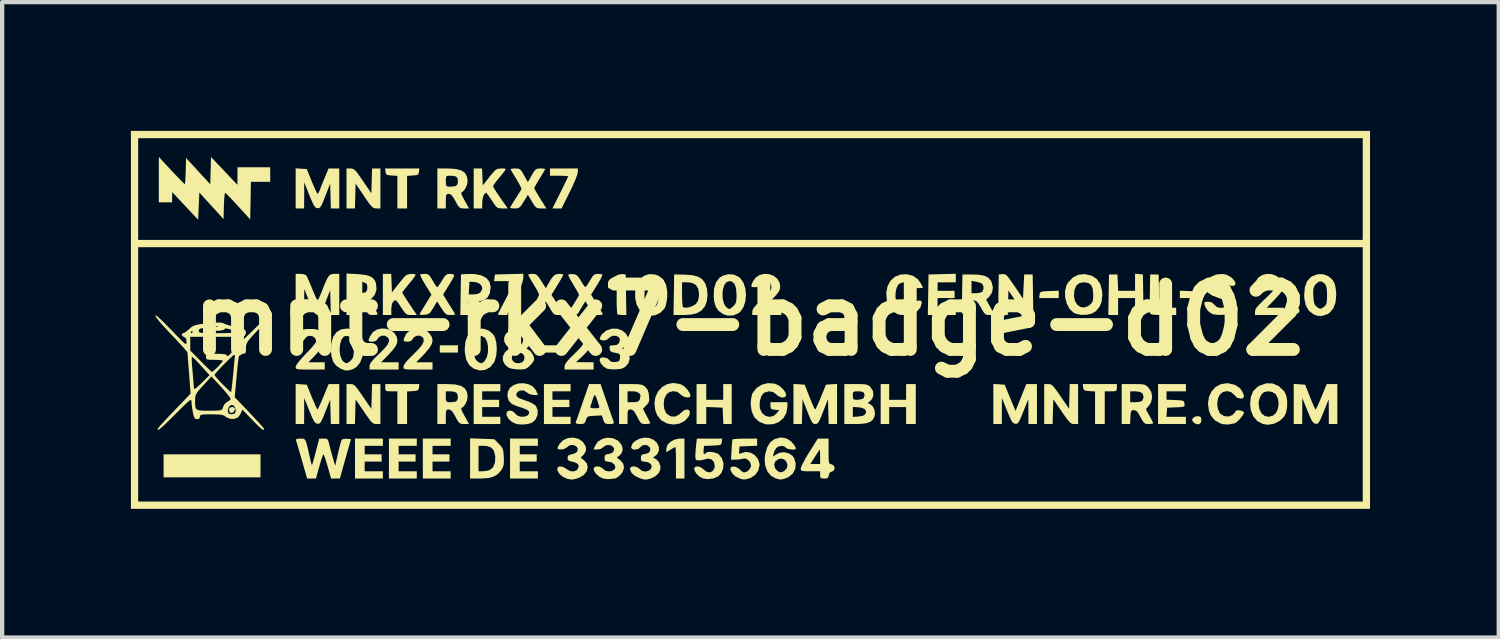
<source format=kicad_pcb>
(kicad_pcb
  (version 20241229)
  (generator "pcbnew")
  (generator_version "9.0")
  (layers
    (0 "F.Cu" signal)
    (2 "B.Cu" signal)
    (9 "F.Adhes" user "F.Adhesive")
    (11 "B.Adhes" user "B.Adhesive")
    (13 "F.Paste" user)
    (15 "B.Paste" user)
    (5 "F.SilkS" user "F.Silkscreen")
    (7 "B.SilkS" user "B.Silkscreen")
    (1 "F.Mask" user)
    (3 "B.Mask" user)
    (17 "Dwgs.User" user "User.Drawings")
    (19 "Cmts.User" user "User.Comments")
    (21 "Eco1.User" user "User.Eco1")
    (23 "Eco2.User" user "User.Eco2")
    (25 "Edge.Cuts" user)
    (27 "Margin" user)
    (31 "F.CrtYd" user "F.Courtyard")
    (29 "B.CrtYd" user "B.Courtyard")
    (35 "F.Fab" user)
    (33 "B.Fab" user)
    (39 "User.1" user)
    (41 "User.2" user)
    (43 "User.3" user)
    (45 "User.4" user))
  (footprint "mnt-rkx7-badge-d02"
    (layer "F.Cu")
    (at 14.422 4.403)
    (property "Reference" "mnt-rkx7-badge-d02" (at 0 0 0) (layer "F.SilkS") (effects (font (size 1.524 1.524) (thickness 0.3))))
    (attr board_only exclude_from_pos_files exclude_from_bom)
    (fp_poly (pts (xy -11.402 3.669) (xy -13.66 3.669) (xy -13.66 3.133) (xy -11.402 3.133)) (stroke (width 0) (type solid)) (fill yes) (layer "F.SilkS"))
    (fp_poly (pts (xy -6.802 0.762) (xy -7.225 0.762) (xy -7.225 0.593) (xy -6.802 0.593)) (stroke (width 0) (type solid)) (fill yes) (layer "F.SilkS"))
    (fp_poly (pts (xy -4.459 0.762) (xy -4.882 0.762) (xy -4.882 0.593) (xy -4.459 0.593)) (stroke (width 0) (type solid)) (fill yes) (layer "F.SilkS"))
    (fp_poly (pts (xy 7.197 -0.508) (xy 6.741 -0.508) (xy 6.75 -0.586) (xy 6.757 -0.625) (xy 6.775 -0.648) (xy 6.816 -0.661) (xy 6.891 -0.668) (xy 6.978 -0.671) (xy 7.197 -0.68)) (stroke (width 0) (type solid)) (fill yes) (layer "F.SilkS"))
    (fp_poly (pts (xy 10.238 -0.671) (xy 10.348 -0.666) (xy 10.413 -0.659) (xy 10.447 -0.644) (xy 10.461 -0.616) (xy 10.465 -0.586) (xy 10.474 -0.508) (xy 10.019 -0.508) (xy 10.019 -0.68)) (stroke (width 0) (type solid)) (fill yes) (layer "F.SilkS"))
    (fp_poly (pts (xy -12.01 2.041) (xy -11.998 2.078) (xy -12 2.095) (xy -12.026 2.148) (xy -12.073 2.171) (xy -12.116 2.155) (xy -12.133 2.113) (xy -12.136 2.084) (xy -12.117 2.043) (xy -12.063 2.032)) (stroke (width 0) (type solid)) (fill yes) (layer "F.SilkS"))
    (fp_poly (pts (xy -8.551 2.935) (xy -8.975 2.935) (xy -8.975 3.133) (xy -8.58 3.133) (xy -8.58 3.302) (xy -8.975 3.302) (xy -8.975 3.528) (xy -8.551 3.528) (xy -8.551 3.697) (xy -9.2 3.697) (xy -9.2 2.766) (xy -8.551 2.766)) (stroke (width 0) (type solid)) (fill yes) (layer "F.SilkS"))
    (fp_poly (pts (xy -7.761 2.935) (xy -8.184 2.935) (xy -8.184 3.133) (xy -7.789 3.133) (xy -7.789 3.302) (xy -8.184 3.302) (xy -8.184 3.528) (xy -7.761 3.528) (xy -7.761 3.697) (xy -8.41 3.697) (xy -8.41 2.766) (xy -7.761 2.766)) (stroke (width 0) (type solid)) (fill yes) (layer "F.SilkS"))
    (fp_poly (pts (xy -6.971 2.935) (xy -7.394 2.935) (xy -7.394 3.133) (xy -6.999 3.133) (xy -6.999 3.302) (xy -7.394 3.302) (xy -7.394 3.528) (xy -6.971 3.528) (xy -6.971 3.697) (xy -7.62 3.697) (xy -7.62 2.766) (xy -6.971 2.766)) (stroke (width 0) (type solid)) (fill yes) (layer "F.SilkS"))
    (fp_poly (pts (xy -5.814 1.665) (xy -6.237 1.665) (xy -6.237 1.863) (xy -5.842 1.863) (xy -5.842 2.032) (xy -6.237 2.032) (xy -6.237 2.258) (xy -5.814 2.258) (xy -5.814 2.427) (xy -6.435 2.427) (xy -6.435 1.496) (xy -5.814 1.496)) (stroke (width 0) (type solid)) (fill yes) (layer "F.SilkS"))
    (fp_poly (pts (xy -4.939 2.935) (xy -5.362 2.935) (xy -5.362 3.133) (xy -4.967 3.133) (xy -4.967 3.302) (xy -5.362 3.302) (xy -5.362 3.528) (xy -4.939 3.528) (xy -4.939 3.697) (xy -5.588 3.697) (xy -5.588 2.766) (xy -4.939 2.766)) (stroke (width 0) (type solid)) (fill yes) (layer "F.SilkS"))
    (fp_poly (pts (xy -4.177 1.665) (xy -4.6 1.665) (xy -4.6 1.863) (xy -4.205 1.863) (xy -4.205 2.032) (xy -4.6 2.032) (xy -4.6 2.258) (xy -4.177 2.258) (xy -4.177 2.427) (xy -4.798 2.427) (xy -4.798 1.496) (xy -4.177 1.496)) (stroke (width 0) (type solid)) (fill yes) (layer "F.SilkS"))
    (fp_poly (pts (xy -1.016 1.863) (xy -0.621 1.863) (xy -0.621 1.496) (xy -0.423 1.496) (xy -0.423 2.427) (xy -0.618 2.427) (xy -0.635 2.046) (xy -1.016 2.029) (xy -1.016 2.427) (xy -1.242 2.427) (xy -1.242 1.496) (xy -1.016 1.496)) (stroke (width 0) (type solid)) (fill yes) (layer "F.SilkS"))
    (fp_poly (pts (xy 3.246 1.863) (xy 3.641 1.863) (xy 3.641 1.496) (xy 3.866 1.496) (xy 3.866 2.427) (xy 3.641 2.427) (xy 3.641 2.032) (xy 3.246 2.032) (xy 3.246 2.427) (xy 3.048 2.427) (xy 3.048 1.496) (xy 3.246 1.496)) (stroke (width 0) (type solid)) (fill yes) (layer "F.SilkS"))
    (fp_poly (pts (xy 4.798 -0.875) (xy 4.374 -0.875) (xy 4.374 -0.677) (xy 4.77 -0.677) (xy 4.77 -0.508) (xy 4.374 -0.508) (xy 4.374 -0.282) (xy 4.798 -0.282) (xy 4.798 -0.113) (xy 4.147 -0.113) (xy 4.163 -1.058) (xy 4.798 -1.074)) (stroke (width 0) (type solid)) (fill yes) (layer "F.SilkS"))
    (fp_poly (pts (xy 9.158 -1.058) (xy 9.174 -0.113) (xy 8.975 -0.113) (xy 8.975 -0.508) (xy 8.58 -0.508) (xy 8.58 -0.113) (xy 8.352 -0.113) (xy 8.368 -1.058) (xy 8.565 -1.058) (xy 8.582 -0.677) (xy 8.975 -0.677) (xy 8.975 -1.076)) (stroke (width 0) (type solid)) (fill yes) (layer "F.SilkS"))
    (fp_poly (pts (xy 10.492 2.253) (xy 10.517 2.293) (xy 10.522 2.319) (xy 10.51 2.394) (xy 10.465 2.433) (xy 10.399 2.428) (xy 10.353 2.4) (xy 10.309 2.354) (xy 10.309 2.313) (xy 10.318 2.295) (xy 10.372 2.254) (xy 10.431 2.244)) (stroke (width 0) (type solid)) (fill yes) (layer "F.SilkS"))
    (fp_poly (pts (xy 12.745 -0.305) (xy 12.767 -0.285) (xy 12.806 -0.233) (xy 12.802 -0.188) (xy 12.796 -0.176) (xy 12.748 -0.138) (xy 12.681 -0.117) (xy 12.622 -0.121) (xy 12.607 -0.13) (xy 12.586 -0.186) (xy 12.599 -0.254) (xy 12.639 -0.307) (xy 12.647 -0.312) (xy 12.698 -0.328)) (stroke (width 0) (type solid)) (fill yes) (layer "F.SilkS"))
    (fp_poly (pts (xy -7.71 -3.45) (xy -7.721 -3.403) (xy -7.749 -3.378) (xy -7.812 -3.367) (xy -7.853 -3.364) (xy -7.987 -3.355) (xy -7.987 -2.596) (xy -8.213 -2.596) (xy -8.213 -3.355) (xy -8.347 -3.364) (xy -8.428 -3.372) (xy -8.47 -3.39) (xy -8.486 -3.426) (xy -8.49 -3.45) (xy -8.499 -3.528) (xy -7.701 -3.528)) (stroke (width 0) (type solid)) (fill yes) (layer "F.SilkS"))
    (fp_poly (pts (xy -7.71 1.573) (xy -7.721 1.621) (xy -7.749 1.645) (xy -7.812 1.657) (xy -7.853 1.66) (xy -7.987 1.668) (xy -7.987 2.427) (xy -8.213 2.427) (xy -8.213 1.665) (xy -8.354 1.665) (xy -8.437 1.663) (xy -8.479 1.652) (xy -8.493 1.622) (xy -8.495 1.58) (xy -8.495 1.496) (xy -7.701 1.496)) (stroke (width 0) (type solid)) (fill yes) (layer "F.SilkS"))
    (fp_poly (pts (xy 8.551 1.58) (xy 8.548 1.631) (xy 8.529 1.656) (xy 8.48 1.664) (xy 8.41 1.665) (xy 8.269 1.665) (xy 8.269 2.427) (xy 8.043 2.427) (xy 8.043 1.668) (xy 7.909 1.66) (xy 7.828 1.651) (xy 7.786 1.634) (xy 7.77 1.597) (xy 7.766 1.573) (xy 7.757 1.496) (xy 8.551 1.496)) (stroke (width 0) (type solid)) (fill yes) (layer "F.SilkS"))
    (fp_poly (pts (xy 9.533 -0.67) (xy 9.541 -0.282) (xy 9.934 -0.282) (xy 9.934 -0.113) (xy 9.637 -0.113) (xy 9.491 -0.115) (xy 9.395 -0.122) (xy 9.342 -0.135) (xy 9.326 -0.149) (xy 9.321 -0.189) (xy 9.319 -0.275) (xy 9.318 -0.395) (xy 9.318 -0.54) (xy 9.32 -0.622) (xy 9.327 -1.058) (xy 9.525 -1.058)) (stroke (width 0) (type solid)) (fill yes) (layer "F.SilkS"))
    (fp_poly (pts (xy 14.45 4.403) (xy -14.422 4.403) (xy -14.422 4.233) (xy -14.252 4.233) (xy 14.28 4.233) (xy 14.28 -1.693) (xy -14.252 -1.693) (xy -14.252 4.233) (xy -14.422 4.233) (xy -14.422 -1.863) (xy -14.252 -1.863) (xy 14.28 -1.863) (xy 14.28 -4.233) (xy -14.252 -4.233) (xy -14.252 -1.863) (xy -14.422 -1.863) (xy -14.422 -4.403) (xy 14.45 -4.403)) (stroke (width 0) (type solid)) (fill yes) (layer "F.SilkS"))
    (fp_poly (pts (xy -1.524 3.697) (xy -1.722 3.697) (xy -1.722 3.33) (xy -1.722 3.194) (xy -1.725 3.08) (xy -1.729 3) (xy -1.733 2.964) (xy -1.734 2.963) (xy -1.764 2.976) (xy -1.823 3.009) (xy -1.847 3.023) (xy -1.947 3.082) (xy -1.947 2.995) (xy -1.921 2.914) (xy -1.853 2.843) (xy -1.757 2.79) (xy -1.646 2.766) (xy -1.63 2.766) (xy -1.524 2.766)) (stroke (width 0) (type solid)) (fill yes) (layer "F.SilkS"))
    (fp_poly (pts (xy -4.008 -3.443) (xy -4.02 -3.387) (xy -4.055 -3.292) (xy -4.108 -3.168) (xy -4.174 -3.026) (xy -4.198 -2.978) (xy -4.388 -2.596) (xy -4.601 -2.596) (xy -4.417 -2.963) (xy -4.352 -3.094) (xy -4.297 -3.206) (xy -4.257 -3.29) (xy -4.235 -3.338) (xy -4.233 -3.344) (xy -4.259 -3.351) (xy -4.328 -3.356) (xy -4.425 -3.358) (xy -4.445 -3.358) (xy -4.657 -3.358) (xy -4.657 -3.528) (xy -4.008 -3.528)) (stroke (width 0) (type solid)) (fill yes) (layer "F.SilkS"))
    (fp_poly (pts (xy -2.971 -1.067) (xy -2.893 -1.058) (xy -2.877 -0.113) (xy -2.972 -0.113) (xy -3.042 -0.118) (xy -3.084 -0.13) (xy -3.086 -0.132) (xy -3.093 -0.166) (xy -3.099 -0.245) (xy -3.103 -0.357) (xy -3.104 -0.491) (xy -3.104 -0.501) (xy -3.104 -0.851) (xy -3.302 -0.729) (xy -3.302 -0.823) (xy -3.295 -0.884) (xy -3.265 -0.931) (xy -3.2 -0.981) (xy -3.176 -0.997) (xy -3.066 -1.052) (xy -2.977 -1.068)) (stroke (width 0) (type solid)) (fill yes) (layer "F.SilkS"))
    (fp_poly (pts (xy 10.16 1.665) (xy 9.708 1.665) (xy 9.708 1.86) (xy 9.913 1.868) (xy 10.019 1.874) (xy 10.08 1.882) (xy 10.111 1.899) (xy 10.123 1.93) (xy 10.126 1.953) (xy 10.129 1.992) (xy 10.117 2.016) (xy 10.08 2.028) (xy 10.006 2.034) (xy 9.929 2.038) (xy 9.723 2.046) (xy 9.714 2.152) (xy 9.705 2.258) (xy 10.16 2.258) (xy 10.16 2.427) (xy 9.511 2.427) (xy 9.511 1.496) (xy 10.16 1.496)) (stroke (width 0) (type solid)) (fill yes) (layer "F.SilkS"))
    (fp_poly (pts (xy -9.265 -3.524) (xy -9.229 -3.509) (xy -9.189 -3.474) (xy -9.138 -3.412) (xy -9.069 -3.315) (xy -9.017 -3.239) (xy -8.819 -2.949) (xy -8.811 -3.239) (xy -8.803 -3.528) (xy -8.608 -3.528) (xy -8.608 -2.596) (xy -8.701 -2.596) (xy -8.743 -2.6) (xy -8.779 -2.614) (xy -8.818 -2.648) (xy -8.868 -2.709) (xy -8.936 -2.805) (xy -8.991 -2.886) (xy -9.186 -3.175) (xy -9.202 -2.596) (xy -9.398 -2.596) (xy -9.398 -3.528) (xy -9.306 -3.528)) (stroke (width 0) (type solid)) (fill yes) (layer "F.SilkS"))
    (fp_poly (pts (xy -9.265 1.499) (xy -9.229 1.514) (xy -9.189 1.549) (xy -9.138 1.612) (xy -9.069 1.709) (xy -9.017 1.785) (xy -8.819 2.074) (xy -8.811 1.785) (xy -8.803 1.496) (xy -8.608 1.496) (xy -8.608 2.427) (xy -8.701 2.427) (xy -8.743 2.424) (xy -8.779 2.409) (xy -8.819 2.375) (xy -8.869 2.313) (xy -8.938 2.217) (xy -8.99 2.14) (xy -9.186 1.853) (xy -9.194 2.14) (xy -9.202 2.427) (xy -9.398 2.427) (xy -9.398 1.496) (xy -9.306 1.496)) (stroke (width 0) (type solid)) (fill yes) (layer "F.SilkS"))
    (fp_poly (pts (xy 6.993 1.499) (xy 7.03 1.514) (xy 7.069 1.548) (xy 7.119 1.61) (xy 7.188 1.706) (xy 7.241 1.783) (xy 7.437 2.07) (xy 7.445 1.783) (xy 7.453 1.496) (xy 7.648 1.496) (xy 7.648 2.427) (xy 7.556 2.427) (xy 7.516 2.423) (xy 7.479 2.407) (xy 7.439 2.371) (xy 7.387 2.308) (xy 7.317 2.21) (xy 7.267 2.137) (xy 7.07 1.849) (xy 7.062 2.138) (xy 7.054 2.427) (xy 6.858 2.427) (xy 6.858 1.496) (xy 6.951 1.496)) (stroke (width 0) (type solid)) (fill yes) (layer "F.SilkS"))
    (fp_poly (pts (xy 5.936 1.51) (xy 6.063 1.816) (xy 6.19 2.122) (xy 6.441 1.496) (xy 6.689 1.496) (xy 6.689 2.427) (xy 6.491 2.427) (xy 6.49 2.138) (xy 6.488 1.849) (xy 6.371 2.139) (xy 6.32 2.266) (xy 6.282 2.349) (xy 6.252 2.397) (xy 6.225 2.419) (xy 6.195 2.422) (xy 6.184 2.421) (xy 6.15 2.411) (xy 6.119 2.384) (xy 6.086 2.331) (xy 6.045 2.242) (xy 5.993 2.117) (xy 5.873 1.82) (xy 5.872 2.124) (xy 5.87 2.427) (xy 5.673 2.427) (xy 5.673 1.493)) (stroke (width 0) (type solid)) (fill yes) (layer "F.SilkS"))
    (fp_poly (pts (xy -5.278 -0.975) (xy -5.293 -0.894) (xy -5.34 -0.768) (xy -5.419 -0.594) (xy -5.468 -0.494) (xy -5.658 -0.113) (xy -5.764 -0.113) (xy -5.832 -0.116) (xy -5.868 -0.124) (xy -5.87 -0.126) (xy -5.858 -0.155) (xy -5.824 -0.224) (xy -5.773 -0.324) (xy -5.709 -0.446) (xy -5.687 -0.489) (xy -5.62 -0.617) (xy -5.564 -0.729) (xy -5.524 -0.815) (xy -5.505 -0.864) (xy -5.503 -0.87) (xy -5.529 -0.889) (xy -5.606 -0.9) (xy -5.731 -0.903) (xy -5.959 -0.903) (xy -5.941 -1.058) (xy -5.609 -1.066) (xy -5.278 -1.074)) (stroke (width 0) (type solid)) (fill yes) (layer "F.SilkS"))
    (fp_poly (pts (xy 5.957 -1.055) (xy 5.995 -1.023) (xy 6.043 -0.964) (xy 6.11 -0.869) (xy 6.168 -0.785) (xy 6.364 -0.494) (xy 6.392 -1.058) (xy 6.59 -1.058) (xy 6.605 -0.113) (xy 6.51 -0.113) (xy 6.468 -0.116) (xy 6.431 -0.13) (xy 6.392 -0.163) (xy 6.342 -0.224) (xy 6.275 -0.318) (xy 6.22 -0.398) (xy 6.025 -0.683) (xy 6.009 -0.113) (xy 5.911 -0.113) (xy 5.841 -0.122) (xy 5.8 -0.146) (xy 5.798 -0.149) (xy 5.794 -0.189) (xy 5.791 -0.275) (xy 5.79 -0.395) (xy 5.791 -0.54) (xy 5.792 -0.622) (xy 5.8 -1.058) (xy 5.885 -1.067) (xy 5.923 -1.067)) (stroke (width 0) (type solid)) (fill yes) (layer "F.SilkS"))
    (fp_poly (pts (xy -6.26 -1.038) (xy -6.141 -0.977) (xy -6.067 -0.887) (xy -6.04 -0.77) (xy -6.04 -0.763) (xy -6.058 -0.62) (xy -6.116 -0.518) (xy -6.213 -0.453) (xy -6.354 -0.425) (xy -6.408 -0.423) (xy -6.548 -0.423) (xy -6.548 -0.113) (xy -6.746 -0.113) (xy -6.739 -0.593) (xy -6.551 -0.593) (xy -6.438 -0.593) (xy -6.349 -0.604) (xy -6.286 -0.633) (xy -6.281 -0.637) (xy -6.238 -0.71) (xy -6.244 -0.782) (xy -6.294 -0.841) (xy -6.38 -0.877) (xy -6.421 -0.882) (xy -6.533 -0.889) (xy -6.542 -0.741) (xy -6.551 -0.593) (xy -6.739 -0.593) (xy -6.731 -1.058) (xy -6.618 -1.068) (xy -6.42 -1.069)) (stroke (width 0) (type solid)) (fill yes) (layer "F.SilkS"))
    (fp_poly (pts (xy -10.324 -3.514) (xy -10.207 -3.225) (xy -10.158 -3.109) (xy -10.116 -3.015) (xy -10.085 -2.954) (xy -10.071 -2.935) (xy -10.05 -2.959) (xy -10.025 -3.013) (xy -10.002 -3.075) (xy -9.964 -3.171) (xy -9.918 -3.283) (xy -9.907 -3.309) (xy -9.816 -3.528) (xy -9.567 -3.528) (xy -9.567 -2.596) (xy -9.763 -2.596) (xy -9.779 -3.175) (xy -9.892 -2.885) (xy -9.942 -2.757) (xy -9.979 -2.674) (xy -10.008 -2.627) (xy -10.035 -2.605) (xy -10.065 -2.602) (xy -10.075 -2.602) (xy -10.109 -2.612) (xy -10.139 -2.639) (xy -10.172 -2.693) (xy -10.213 -2.782) (xy -10.264 -2.907) (xy -10.383 -3.203) (xy -10.386 -2.596) (xy -10.583 -2.596) (xy -10.583 -3.531)) (stroke (width 0) (type solid)) (fill yes) (layer "F.SilkS"))
    (fp_poly (pts (xy -10.324 1.51) (xy -10.207 1.799) (xy -10.158 1.915) (xy -10.117 2.009) (xy -10.087 2.07) (xy -10.074 2.088) (xy -10.058 2.064) (xy -10.026 1.997) (xy -9.982 1.9) (xy -9.937 1.792) (xy -9.815 1.496) (xy -9.567 1.496) (xy -9.567 2.427) (xy -9.763 2.427) (xy -9.771 2.143) (xy -9.779 1.859) (xy -9.892 2.144) (xy -9.943 2.27) (xy -9.98 2.351) (xy -10.009 2.398) (xy -10.036 2.418) (xy -10.067 2.422) (xy -10.075 2.421) (xy -10.109 2.411) (xy -10.139 2.384) (xy -10.172 2.331) (xy -10.213 2.242) (xy -10.265 2.117) (xy -10.385 1.82) (xy -10.385 2.124) (xy -10.386 2.427) (xy -10.583 2.427) (xy -10.583 1.493)) (stroke (width 0) (type solid)) (fill yes) (layer "F.SilkS"))
    (fp_poly (pts (xy 12.938 1.51) (xy 13.052 1.799) (xy 13.099 1.915) (xy 13.14 2.009) (xy 13.169 2.07) (xy 13.182 2.088) (xy 13.198 2.064) (xy 13.231 1.997) (xy 13.275 1.899) (xy 13.32 1.792) (xy 13.441 1.496) (xy 13.688 1.496) (xy 13.688 2.427) (xy 13.49 2.427) (xy 13.489 2.138) (xy 13.487 1.849) (xy 13.371 2.139) (xy 13.319 2.266) (xy 13.281 2.349) (xy 13.251 2.397) (xy 13.224 2.419) (xy 13.194 2.422) (xy 13.183 2.421) (xy 13.149 2.411) (xy 13.119 2.384) (xy 13.085 2.331) (xy 13.044 2.242) (xy 12.992 2.117) (xy 12.872 1.82) (xy 12.871 2.124) (xy 12.869 2.427) (xy 12.672 2.427) (xy 12.672 1.493)) (stroke (width 0) (type solid)) (fill yes) (layer "F.SilkS"))
    (fp_poly (pts (xy -6.238 2.77) (xy -5.956 2.78) (xy -5.85 2.886) (xy -5.795 2.945) (xy -5.762 2.997) (xy -5.745 3.061) (xy -5.736 3.156) (xy -5.734 3.196) (xy -5.731 3.31) (xy -5.739 3.387) (xy -5.76 3.448) (xy -5.791 3.5) (xy -5.87 3.591) (xy -5.967 3.651) (xy -6.095 3.685) (xy -6.264 3.697) (xy -6.287 3.697) (xy -6.519 3.697) (xy -6.519 3.528) (xy -6.322 3.528) (xy -6.224 3.528) (xy -6.134 3.518) (xy -6.057 3.496) (xy -5.982 3.432) (xy -5.94 3.328) (xy -5.932 3.192) (xy -5.934 3.169) (xy -5.965 3.049) (xy -6.027 2.975) (xy -6.128 2.94) (xy -6.198 2.935) (xy -6.322 2.935) (xy -6.322 3.528) (xy -6.519 3.528) (xy -6.519 2.76)) (stroke (width 0) (type solid)) (fill yes) (layer "F.SilkS"))
    (fp_poly (pts (xy 2.032 2.427) (xy 1.836 2.427) (xy 1.828 2.138) (xy 1.82 1.849) (xy 1.707 2.138) (xy 1.656 2.266) (xy 1.619 2.349) (xy 1.589 2.398) (xy 1.56 2.421) (xy 1.528 2.427) (xy 1.524 2.427) (xy 1.491 2.422) (xy 1.462 2.401) (xy 1.433 2.356) (xy 1.396 2.276) (xy 1.346 2.153) (xy 1.341 2.138) (xy 1.228 1.849) (xy 1.22 2.138) (xy 1.212 2.427) (xy 1.016 2.427) (xy 1.016 1.493) (xy 1.147 1.501) (xy 1.277 1.51) (xy 1.391 1.799) (xy 1.438 1.916) (xy 1.479 2.01) (xy 1.509 2.071) (xy 1.522 2.088) (xy 1.538 2.064) (xy 1.571 1.997) (xy 1.614 1.9) (xy 1.656 1.799) (xy 1.773 1.51) (xy 1.902 1.501) (xy 2.032 1.493)) (stroke (width 0) (type solid)) (fill yes) (layer "F.SilkS"))
    (fp_poly (pts (xy -3.894 0.21) (xy -3.809 0.24) (xy -3.721 0.308) (xy -3.677 0.401) (xy -3.669 0.487) (xy -3.683 0.568) (xy -3.727 0.655) (xy -3.809 0.755) (xy -3.923 0.868) (xy -4.05 0.986) (xy -3.845 0.987) (xy -3.641 0.988) (xy -3.641 1.157) (xy -4.318 1.157) (xy -4.318 1.084) (xy -4.306 1.037) (xy -4.265 0.975) (xy -4.19 0.891) (xy -4.092 0.795) (xy -3.984 0.687) (xy -3.914 0.608) (xy -3.877 0.549) (xy -3.866 0.504) (xy -3.888 0.428) (xy -3.94 0.381) (xy -4.006 0.369) (xy -4.069 0.395) (xy -4.106 0.445) (xy -4.146 0.493) (xy -4.218 0.508) (xy -4.226 0.508) (xy -4.29 0.501) (xy -4.315 0.474) (xy -4.318 0.443) (xy -4.293 0.352) (xy -4.225 0.279) (xy -4.127 0.227) (xy -4.013 0.202)) (stroke (width 0) (type solid)) (fill yes) (layer "F.SilkS"))
    (fp_poly (pts (xy -8.471 0.207) (xy -8.366 0.244) (xy -8.281 0.308) (xy -8.226 0.399) (xy -8.213 0.483) (xy -8.223 0.549) (xy -8.258 0.62) (xy -8.324 0.707) (xy -8.428 0.82) (xy -8.434 0.826) (xy -8.592 0.988) (xy -8.184 0.988) (xy -8.184 1.157) (xy -8.862 1.157) (xy -8.862 1.079) (xy -8.853 1.034) (xy -8.82 0.98) (xy -8.757 0.908) (xy -8.658 0.81) (xy -8.636 0.79) (xy -8.518 0.671) (xy -8.443 0.579) (xy -8.409 0.506) (xy -8.412 0.446) (xy -8.444 0.401) (xy -8.512 0.367) (xy -8.59 0.372) (xy -8.653 0.412) (xy -8.669 0.437) (xy -8.708 0.489) (xy -8.773 0.507) (xy -8.796 0.508) (xy -8.859 0.506) (xy -8.884 0.491) (xy -8.877 0.449) (xy -8.85 0.382) (xy -8.785 0.287) (xy -8.692 0.227) (xy -8.584 0.201)) (stroke (width 0) (type solid)) (fill yes) (layer "F.SilkS"))
    (fp_poly (pts (xy -1.518 -1.054) (xy -1.341 -1.041) (xy -1.21 -1.008) (xy -1.114 -0.949) (xy -1.046 -0.861) (xy -1.033 -0.835) (xy -0.997 -0.712) (xy -0.987 -0.571) (xy -1.003 -0.433) (xy -1.044 -0.32) (xy -1.052 -0.308) (xy -1.13 -0.217) (xy -1.228 -0.158) (xy -1.357 -0.124) (xy -1.528 -0.113) (xy -1.546 -0.113) (xy -1.779 -0.113) (xy -1.771 -0.597) (xy -1.58 -0.597) (xy -1.578 -0.477) (xy -1.573 -0.378) (xy -1.565 -0.314) (xy -1.559 -0.298) (xy -1.509 -0.282) (xy -1.43 -0.29) (xy -1.345 -0.318) (xy -1.272 -0.359) (xy -1.249 -0.381) (xy -1.205 -0.453) (xy -1.187 -0.548) (xy -1.185 -0.596) (xy -1.203 -0.726) (xy -1.259 -0.815) (xy -1.353 -0.864) (xy -1.452 -0.875) (xy -1.58 -0.875) (xy -1.58 -0.597) (xy -1.771 -0.597) (xy -1.764 -1.058)) (stroke (width 0) (type solid)) (fill yes) (layer "F.SilkS"))
    (fp_poly (pts (xy -6.223 -3.134) (xy -6.068 -3.33) (xy -5.992 -3.424) (xy -5.938 -3.482) (xy -5.893 -3.512) (xy -5.846 -3.524) (xy -5.789 -3.527) (xy -5.732 -3.527) (xy -5.699 -3.523) (xy -5.691 -3.507) (xy -5.711 -3.471) (xy -5.761 -3.407) (xy -5.843 -3.308) (xy -5.863 -3.285) (xy -5.924 -3.208) (xy -5.967 -3.146) (xy -5.983 -3.113) (xy -5.968 -3.08) (xy -5.927 -3.012) (xy -5.866 -2.919) (xy -5.812 -2.841) (xy -5.642 -2.596) (xy -5.767 -2.596) (xy -5.831 -2.599) (xy -5.877 -2.611) (xy -5.917 -2.645) (xy -5.964 -2.709) (xy -6.011 -2.78) (xy -6.07 -2.867) (xy -6.116 -2.931) (xy -6.143 -2.962) (xy -6.146 -2.963) (xy -6.183 -2.938) (xy -6.214 -2.872) (xy -6.233 -2.781) (xy -6.236 -2.731) (xy -6.237 -2.596) (xy -6.435 -2.596) (xy -6.435 -3.528) (xy -6.24 -3.528)) (stroke (width 0) (type solid)) (fill yes) (layer "F.SilkS"))
    (fp_poly (pts (xy 0.448 -1.065) (xy 0.553 -1.027) (xy 0.638 -0.961) (xy 0.692 -0.867) (xy 0.706 -0.782) (xy 0.701 -0.725) (xy 0.683 -0.674) (xy 0.644 -0.616) (xy 0.577 -0.539) (xy 0.517 -0.477) (xy 0.329 -0.282) (xy 0.734 -0.282) (xy 0.734 -0.113) (xy 0.056 -0.113) (xy 0.056 -0.19) (xy 0.066 -0.236) (xy 0.099 -0.291) (xy 0.162 -0.363) (xy 0.262 -0.461) (xy 0.285 -0.482) (xy 0.387 -0.58) (xy 0.453 -0.65) (xy 0.489 -0.701) (xy 0.503 -0.743) (xy 0.503 -0.775) (xy 0.481 -0.844) (xy 0.449 -0.883) (xy 0.38 -0.9) (xy 0.305 -0.882) (xy 0.25 -0.839) (xy 0.24 -0.818) (xy 0.209 -0.777) (xy 0.143 -0.762) (xy 0.125 -0.762) (xy 0.06 -0.764) (xy 0.034 -0.779) (xy 0.041 -0.821) (xy 0.068 -0.888) (xy 0.134 -0.985) (xy 0.227 -1.046) (xy 0.336 -1.072)) (stroke (width 0) (type solid)) (fill yes) (layer "F.SilkS"))
    (fp_poly (pts (xy 12.161 -1.065) (xy 12.265 -1.027) (xy 12.35 -0.961) (xy 12.405 -0.867) (xy 12.418 -0.782) (xy 12.413 -0.725) (xy 12.396 -0.674) (xy 12.357 -0.616) (xy 12.289 -0.539) (xy 12.23 -0.477) (xy 12.042 -0.282) (xy 12.446 -0.282) (xy 12.446 -0.113) (xy 11.769 -0.113) (xy 11.769 -0.19) (xy 11.778 -0.236) (xy 11.811 -0.291) (xy 11.875 -0.363) (xy 11.974 -0.461) (xy 11.997 -0.482) (xy 12.099 -0.58) (xy 12.165 -0.65) (xy 12.201 -0.701) (xy 12.216 -0.743) (xy 12.216 -0.775) (xy 12.194 -0.844) (xy 12.161 -0.883) (xy 12.092 -0.9) (xy 12.018 -0.882) (xy 11.962 -0.839) (xy 11.952 -0.818) (xy 11.921 -0.777) (xy 11.855 -0.762) (xy 11.837 -0.762) (xy 11.773 -0.764) (xy 11.747 -0.779) (xy 11.753 -0.821) (xy 11.781 -0.888) (xy 11.846 -0.985) (xy 11.94 -1.046) (xy 12.048 -1.072)) (stroke (width 0) (type solid)) (fill yes) (layer "F.SilkS"))
    (fp_poly (pts (xy -8.348 -0.857) (xy -8.34 -0.641) (xy -8.204 -0.814) (xy -8.133 -0.903) (xy -8.071 -0.978) (xy -8.029 -1.026) (xy -8.026 -1.029) (xy -7.978 -1.055) (xy -7.911 -1.069) (xy -7.844 -1.072) (xy -7.798 -1.06) (xy -7.789 -1.046) (xy -7.807 -1.013) (xy -7.852 -0.95) (xy -7.918 -0.868) (xy -7.945 -0.836) (xy -8.015 -0.751) (xy -8.069 -0.683) (xy -8.097 -0.642) (xy -8.1 -0.636) (xy -8.085 -0.607) (xy -8.045 -0.542) (xy -7.986 -0.45) (xy -7.93 -0.366) (xy -7.76 -0.113) (xy -7.884 -0.113) (xy -7.948 -0.115) (xy -7.993 -0.128) (xy -8.033 -0.161) (xy -8.081 -0.225) (xy -8.129 -0.297) (xy -8.19 -0.389) (xy -8.23 -0.44) (xy -8.258 -0.458) (xy -8.283 -0.449) (xy -8.301 -0.434) (xy -8.339 -0.375) (xy -8.353 -0.279) (xy -8.354 -0.25) (xy -8.354 -0.113) (xy -8.551 -0.113) (xy -8.551 -1.072) (xy -8.356 -1.072)) (stroke (width 0) (type solid)) (fill yes) (layer "F.SilkS"))
    (fp_poly (pts (xy -7.68 0.206) (xy -7.575 0.23) (xy -7.496 0.284) (xy -7.473 0.308) (xy -7.414 0.392) (xy -7.392 0.473) (xy -7.411 0.562) (xy -7.473 0.664) (xy -7.578 0.787) (xy -7.615 0.826) (xy -7.773 0.988) (xy -7.394 0.988) (xy -7.394 1.157) (xy -7.733 1.157) (xy -7.876 1.157) (xy -7.971 1.155) (xy -8.029 1.149) (xy -8.059 1.137) (xy -8.07 1.118) (xy -8.072 1.09) (xy -8.054 1.04) (xy -8 0.967) (xy -7.905 0.868) (xy -7.848 0.813) (xy -7.721 0.685) (xy -7.639 0.584) (xy -7.601 0.503) (xy -7.603 0.439) (xy -7.62 0.409) (xy -7.684 0.37) (xy -7.761 0.37) (xy -7.828 0.405) (xy -7.851 0.437) (xy -7.889 0.489) (xy -7.951 0.507) (xy -7.98 0.508) (xy -8.045 0.504) (xy -8.066 0.484) (xy -8.059 0.435) (xy -8.058 0.431) (xy -8.004 0.317) (xy -7.91 0.241) (xy -7.783 0.205)) (stroke (width 0) (type solid)) (fill yes) (layer "F.SilkS"))
    (fp_poly (pts (xy 12.18 1.482) (xy 12.317 1.54) (xy 12.438 1.65) (xy 12.458 1.676) (xy 12.5 1.77) (xy 12.52 1.895) (xy 12.518 2.031) (xy 12.494 2.157) (xy 12.451 2.251) (xy 12.346 2.354) (xy 12.214 2.42) (xy 12.071 2.444) (xy 11.955 2.427) (xy 11.825 2.359) (xy 11.73 2.249) (xy 11.672 2.104) (xy 11.656 1.955) (xy 11.657 1.944) (xy 11.853 1.944) (xy 11.872 2.078) (xy 11.923 2.179) (xy 12 2.241) (xy 12.094 2.258) (xy 12.196 2.227) (xy 12.265 2.161) (xy 12.306 2.062) (xy 12.32 1.947) (xy 12.304 1.833) (xy 12.256 1.737) (xy 12.245 1.725) (xy 12.167 1.678) (xy 12.065 1.665) (xy 11.982 1.683) (xy 11.928 1.728) (xy 11.883 1.809) (xy 11.856 1.904) (xy 11.853 1.944) (xy 11.657 1.944) (xy 11.673 1.79) (xy 11.727 1.663) (xy 11.822 1.566) (xy 11.884 1.529) (xy 12.034 1.478)) (stroke (width 0) (type solid)) (fill yes) (layer "F.SilkS"))
    (fp_poly (pts (xy -2.222 -1.06) (xy -2.131 -1.028) (xy -2.024 -0.948) (xy -1.955 -0.826) (xy -1.925 -0.664) (xy -1.926 -0.532) (xy -1.941 -0.417) (xy -1.964 -0.319) (xy -1.986 -0.269) (xy -2.082 -0.168) (xy -2.202 -0.109) (xy -2.331 -0.096) (xy -2.454 -0.133) (xy -2.564 -0.221) (xy -2.637 -0.352) (xy -2.672 -0.505) (xy -2.672 -0.591) (xy -2.455 -0.591) (xy -2.453 -0.482) (xy -2.442 -0.411) (xy -2.419 -0.361) (xy -2.386 -0.323) (xy -2.332 -0.273) (xy -2.294 -0.257) (xy -2.25 -0.271) (xy -2.229 -0.283) (xy -2.174 -0.338) (xy -2.141 -0.427) (xy -2.127 -0.534) (xy -2.132 -0.648) (xy -2.155 -0.754) (xy -2.193 -0.841) (xy -2.247 -0.893) (xy -2.287 -0.903) (xy -2.367 -0.881) (xy -2.421 -0.815) (xy -2.45 -0.701) (xy -2.455 -0.591) (xy -2.672 -0.591) (xy -2.672 -0.676) (xy -2.635 -0.823) (xy -2.565 -0.941) (xy -2.469 -1.024) (xy -2.353 -1.065)) (stroke (width 0) (type solid)) (fill yes) (layer "F.SilkS"))
    (fp_poly (pts (xy -1.639 1.492) (xy -1.594 1.508) (xy -1.519 1.557) (xy -1.449 1.632) (xy -1.399 1.713) (xy -1.383 1.771) (xy -1.405 1.802) (xy -1.458 1.809) (xy -1.525 1.794) (xy -1.588 1.761) (xy -1.614 1.736) (xy -1.692 1.677) (xy -1.788 1.661) (xy -1.882 1.687) (xy -1.945 1.739) (xy -1.992 1.835) (xy -2.008 1.953) (xy -1.995 2.07) (xy -1.953 2.167) (xy -1.935 2.189) (xy -1.841 2.249) (xy -1.743 2.255) (xy -1.648 2.207) (xy -1.614 2.173) (xy -1.539 2.11) (xy -1.471 2.087) (xy -1.419 2.101) (xy -1.396 2.146) (xy -1.41 2.219) (xy -1.427 2.252) (xy -1.517 2.353) (xy -1.639 2.417) (xy -1.78 2.439) (xy -1.926 2.415) (xy -1.933 2.413) (xy -2.065 2.34) (xy -2.158 2.226) (xy -2.203 2.111) (xy -2.224 1.946) (xy -2.2 1.796) (xy -2.137 1.666) (xy -2.043 1.564) (xy -1.925 1.497) (xy -1.788 1.47)) (stroke (width 0) (type solid)) (fill yes) (layer "F.SilkS"))
    (fp_poly (pts (xy 3.799 -1.028) (xy 3.914 -0.948) (xy 3.987 -0.845) (xy 4.036 -0.748) (xy 3.936 -0.739) (xy 3.855 -0.743) (xy 3.798 -0.779) (xy 3.778 -0.803) (xy 3.703 -0.858) (xy 3.608 -0.877) (xy 3.515 -0.859) (xy 3.458 -0.82) (xy 3.418 -0.743) (xy 3.395 -0.637) (xy 3.393 -0.523) (xy 3.413 -0.427) (xy 3.476 -0.338) (xy 3.563 -0.293) (xy 3.661 -0.293) (xy 3.756 -0.342) (xy 3.782 -0.367) (xy 3.85 -0.422) (xy 3.919 -0.45) (xy 3.976 -0.449) (xy 4.005 -0.417) (xy 4.007 -0.402) (xy 3.978 -0.295) (xy 3.904 -0.207) (xy 3.792 -0.145) (xy 3.651 -0.115) (xy 3.605 -0.113) (xy 3.506 -0.117) (xy 3.438 -0.135) (xy 3.375 -0.176) (xy 3.332 -0.213) (xy 3.253 -0.298) (xy 3.209 -0.39) (xy 3.191 -0.46) (xy 3.178 -0.635) (xy 3.209 -0.789) (xy 3.279 -0.915) (xy 3.383 -1.007) (xy 3.516 -1.057) (xy 3.65 -1.064)) (stroke (width 0) (type solid)) (fill yes) (layer "F.SilkS"))
    (fp_poly (pts (xy -10.396 -1.064) (xy -10.343 -1.043) (xy -10.337 -1.037) (xy -10.315 -0.997) (xy -10.278 -0.918) (xy -10.233 -0.811) (xy -10.199 -0.727) (xy -10.152 -0.614) (xy -10.112 -0.523) (xy -10.084 -0.466) (xy -10.073 -0.452) (xy -10.055 -0.476) (xy -10.025 -0.541) (xy -9.986 -0.632) (xy -9.977 -0.656) (xy -9.915 -0.813) (xy -9.867 -0.925) (xy -9.827 -0.999) (xy -9.79 -1.043) (xy -9.75 -1.065) (xy -9.702 -1.072) (xy -9.68 -1.072) (xy -9.567 -1.072) (xy -9.567 -0.113) (xy -9.763 -0.113) (xy -9.771 -0.402) (xy -9.779 -0.691) (xy -9.892 -0.401) (xy -9.942 -0.274) (xy -9.979 -0.191) (xy -10.008 -0.143) (xy -10.035 -0.122) (xy -10.065 -0.118) (xy -10.074 -0.119) (xy -10.107 -0.129) (xy -10.138 -0.158) (xy -10.172 -0.214) (xy -10.214 -0.305) (xy -10.263 -0.423) (xy -10.383 -0.72) (xy -10.384 -0.416) (xy -10.386 -0.113) (xy -10.583 -0.113) (xy -10.583 -1.072) (xy -10.474 -1.072)) (stroke (width 0) (type solid)) (fill yes) (layer "F.SilkS"))
    (fp_poly (pts (xy -10.145 0.214) (xy -10.082 0.227) (xy -10.034 0.257) (xy -9.988 0.304) (xy -9.929 0.385) (xy -9.905 0.463) (xy -9.918 0.546) (xy -9.971 0.642) (xy -10.067 0.759) (xy -10.142 0.84) (xy -10.285 0.988) (xy -9.906 0.988) (xy -9.906 1.157) (xy -10.245 1.157) (xy -10.387 1.157) (xy -10.483 1.154) (xy -10.541 1.148) (xy -10.571 1.136) (xy -10.582 1.118) (xy -10.583 1.095) (xy -10.562 1.044) (xy -10.5 0.96) (xy -10.401 0.849) (xy -10.343 0.789) (xy -10.251 0.691) (xy -10.174 0.604) (xy -10.123 0.539) (xy -10.104 0.503) (xy -10.104 0.503) (xy -10.126 0.431) (xy -10.182 0.385) (xy -10.254 0.37) (xy -10.323 0.389) (xy -10.371 0.445) (xy -10.411 0.493) (xy -10.483 0.508) (xy -10.491 0.508) (xy -10.561 0.493) (xy -10.584 0.45) (xy -10.559 0.38) (xy -10.501 0.304) (xy -10.45 0.252) (xy -10.401 0.225) (xy -10.335 0.214) (xy -10.245 0.212)) (stroke (width 0) (type solid)) (fill yes) (layer "F.SilkS"))
    (fp_poly (pts (xy -0.366 -1.053) (xy -0.249 -0.994) (xy -0.226 -0.974) (xy -0.15 -0.867) (xy -0.105 -0.732) (xy -0.09 -0.583) (xy -0.105 -0.434) (xy -0.148 -0.299) (xy -0.22 -0.192) (xy -0.266 -0.154) (xy -0.391 -0.102) (xy -0.524 -0.101) (xy -0.619 -0.133) (xy -0.724 -0.205) (xy -0.792 -0.298) (xy -0.83 -0.423) (xy -0.842 -0.533) (xy -0.839 -0.61) (xy -0.638 -0.61) (xy -0.632 -0.497) (xy -0.608 -0.393) (xy -0.566 -0.311) (xy -0.507 -0.262) (xy -0.471 -0.255) (xy -0.438 -0.272) (xy -0.387 -0.316) (xy -0.38 -0.323) (xy -0.342 -0.368) (xy -0.321 -0.419) (xy -0.312 -0.495) (xy -0.31 -0.591) (xy -0.322 -0.74) (xy -0.358 -0.84) (xy -0.42 -0.893) (xy -0.479 -0.903) (xy -0.547 -0.879) (xy -0.595 -0.813) (xy -0.626 -0.72) (xy -0.638 -0.61) (xy -0.839 -0.61) (xy -0.835 -0.724) (xy -0.79 -0.874) (xy -0.708 -0.981) (xy -0.635 -1.028) (xy -0.5 -1.065)) (stroke (width 0) (type solid)) (fill yes) (layer "F.SilkS"))
    (fp_poly (pts (xy -6.201 0.207) (xy -6.082 0.25) (xy -5.985 0.332) (xy -5.939 0.409) (xy -5.907 0.532) (xy -5.897 0.679) (xy -5.909 0.827) (xy -5.942 0.953) (xy -5.96 0.99) (xy -6.051 1.102) (xy -6.166 1.166) (xy -6.296 1.178) (xy -6.435 1.136) (xy -6.54 1.053) (xy -6.609 0.927) (xy -6.641 0.761) (xy -6.644 0.684) (xy -6.431 0.684) (xy -6.429 0.738) (xy -6.416 0.845) (xy -6.394 0.913) (xy -6.357 0.959) (xy -6.352 0.964) (xy -6.288 1.007) (xy -6.241 1.008) (xy -6.188 0.967) (xy -6.182 0.961) (xy -6.131 0.876) (xy -6.103 0.76) (xy -6.1 0.634) (xy -6.121 0.515) (xy -6.167 0.425) (xy -6.176 0.415) (xy -6.249 0.375) (xy -6.323 0.385) (xy -6.386 0.441) (xy -6.406 0.479) (xy -6.426 0.566) (xy -6.431 0.684) (xy -6.644 0.684) (xy -6.644 0.677) (xy -6.627 0.505) (xy -6.577 0.374) (xy -6.491 0.278) (xy -6.454 0.253) (xy -6.33 0.206)) (stroke (width 0) (type solid)) (fill yes) (layer "F.SilkS"))
    (fp_poly (pts (xy 7.806 -1.066) (xy 7.963 -1.03) (xy 8.083 -0.953) (xy 8.165 -0.835) (xy 8.207 -0.677) (xy 8.213 -0.58) (xy 8.198 -0.427) (xy 8.149 -0.306) (xy 8.059 -0.199) (xy 8.059 -0.199) (xy 7.967 -0.146) (xy 7.845 -0.118) (xy 7.713 -0.117) (xy 7.592 -0.144) (xy 7.54 -0.169) (xy 7.448 -0.257) (xy 7.383 -0.381) (xy 7.347 -0.524) (xy 7.346 -0.557) (xy 7.551 -0.557) (xy 7.574 -0.443) (xy 7.626 -0.355) (xy 7.699 -0.301) (xy 7.786 -0.288) (xy 7.881 -0.32) (xy 7.922 -0.35) (xy 7.967 -0.396) (xy 7.991 -0.446) (xy 8 -0.52) (xy 8.001 -0.587) (xy 7.989 -0.723) (xy 7.951 -0.813) (xy 7.882 -0.862) (xy 7.79 -0.875) (xy 7.681 -0.859) (xy 7.61 -0.805) (xy 7.567 -0.707) (xy 7.563 -0.691) (xy 7.551 -0.557) (xy 7.346 -0.557) (xy 7.343 -0.67) (xy 7.376 -0.802) (xy 7.413 -0.869) (xy 7.527 -0.988) (xy 7.656 -1.053) (xy 7.803 -1.066)) (stroke (width 0) (type solid)) (fill yes) (layer "F.SilkS"))
    (fp_poly (pts (xy -12.248 -3.471) (xy -11.94 -3.147) (xy -11.939 -3.351) (xy -11.938 -3.556) (xy -11.176 -3.556) (xy -11.176 -3.217) (xy -11.626 -3.217) (xy -11.634 -2.779) (xy -11.642 -2.34) (xy -11.924 -2.649) (xy -12.024 -2.758) (xy -12.112 -2.851) (xy -12.179 -2.919) (xy -12.219 -2.956) (xy -12.226 -2.961) (xy -12.235 -2.936) (xy -12.244 -2.865) (xy -12.251 -2.761) (xy -12.255 -2.655) (xy -12.263 -2.347) (xy -12.545 -2.657) (xy -12.827 -2.967) (xy -12.855 -2.334) (xy -13.158 -2.655) (xy -13.46 -2.977) (xy -13.461 -2.857) (xy -13.462 -2.738) (xy -13.772 -2.738) (xy -13.772 -3.267) (xy -13.771 -3.796) (xy -13.654 -3.669) (xy -13.542 -3.549) (xy -13.434 -3.434) (xy -13.335 -3.33) (xy -13.253 -3.245) (xy -13.194 -3.187) (xy -13.165 -3.161) (xy -13.164 -3.161) (xy -13.159 -3.187) (xy -13.154 -3.258) (xy -13.149 -3.363) (xy -13.145 -3.467) (xy -13.137 -3.772) (xy -12.855 -3.466) (xy -12.573 -3.159) (xy -12.564 -3.477) (xy -12.556 -3.796)) (stroke (width 0) (type solid)) (fill yes) (layer "F.SilkS"))
    (fp_poly (pts (xy -9.349 0.205) (xy -9.214 0.245) (xy -9.113 0.331) (xy -9.045 0.461) (xy -9.028 0.523) (xy -9.009 0.696) (xy -9.027 0.856) (xy -9.08 0.993) (xy -9.164 1.096) (xy -9.242 1.145) (xy -9.345 1.178) (xy -9.429 1.178) (xy -9.522 1.144) (xy -9.537 1.136) (xy -9.642 1.065) (xy -9.71 0.973) (xy -9.748 0.848) (xy -9.76 0.737) (xy -9.759 0.702) (xy -9.559 0.702) (xy -9.545 0.824) (xy -9.509 0.924) (xy -9.481 0.962) (xy -9.424 1.006) (xy -9.375 1.007) (xy -9.315 0.963) (xy -9.298 0.947) (xy -9.257 0.896) (xy -9.236 0.836) (xy -9.229 0.747) (xy -9.229 0.709) (xy -9.233 0.604) (xy -9.245 0.512) (xy -9.256 0.468) (xy -9.303 0.407) (xy -9.373 0.375) (xy -9.445 0.381) (xy -9.469 0.395) (xy -9.52 0.47) (xy -9.55 0.578) (xy -9.559 0.702) (xy -9.759 0.702) (xy -9.753 0.549) (xy -9.71 0.399) (xy -9.634 0.289) (xy -9.526 0.223) (xy -9.391 0.202)) (stroke (width 0) (type solid)) (fill yes) (layer "F.SilkS"))
    (fp_poly (pts (xy 1.834 3.06) (xy 1.835 3.192) (xy 1.838 3.277) (xy 1.846 3.327) (xy 1.861 3.352) (xy 1.886 3.362) (xy 1.898 3.364) (xy 1.951 3.391) (xy 1.974 3.442) (xy 1.967 3.495) (xy 1.927 3.53) (xy 1.914 3.533) (xy 1.86 3.559) (xy 1.84 3.619) (xy 1.826 3.673) (xy 1.789 3.694) (xy 1.734 3.697) (xy 1.668 3.692) (xy 1.642 3.667) (xy 1.637 3.612) (xy 1.637 3.528) (xy 1.411 3.528) (xy 1.299 3.527) (xy 1.232 3.522) (xy 1.198 3.51) (xy 1.187 3.487) (xy 1.185 3.462) (xy 1.2 3.414) (xy 1.227 3.358) (xy 1.409 3.358) (xy 1.637 3.358) (xy 1.637 3.184) (xy 1.635 3.096) (xy 1.631 3.038) (xy 1.626 3.022) (xy 1.607 3.05) (xy 1.566 3.113) (xy 1.513 3.196) (xy 1.512 3.196) (xy 1.409 3.358) (xy 1.227 3.358) (xy 1.24 3.331) (xy 1.299 3.222) (xy 1.373 3.1) (xy 1.385 3.081) (xy 1.584 2.766) (xy 1.834 2.766)) (stroke (width 0) (type solid)) (fill yes) (layer "F.SilkS"))
    (fp_poly (pts (xy 11.154 1.479) (xy 11.308 1.516) (xy 11.42 1.593) (xy 11.474 1.668) (xy 11.51 1.757) (xy 11.507 1.81) (xy 11.462 1.833) (xy 11.432 1.834) (xy 11.354 1.815) (xy 11.289 1.75) (xy 11.289 1.75) (xy 11.211 1.682) (xy 11.116 1.66) (xy 11.021 1.682) (xy 10.952 1.739) (xy 10.906 1.835) (xy 10.89 1.953) (xy 10.903 2.07) (xy 10.945 2.167) (xy 10.963 2.189) (xy 11.05 2.242) (xy 11.148 2.252) (xy 11.238 2.222) (xy 11.306 2.154) (xy 11.321 2.124) (xy 11.353 2.106) (xy 11.412 2.108) (xy 11.473 2.124) (xy 11.511 2.15) (xy 11.515 2.161) (xy 11.495 2.209) (xy 11.447 2.275) (xy 11.386 2.342) (xy 11.326 2.393) (xy 11.294 2.41) (xy 11.152 2.438) (xy 11.033 2.432) (xy 10.964 2.413) (xy 10.832 2.339) (xy 10.74 2.226) (xy 10.695 2.111) (xy 10.674 1.947) (xy 10.697 1.796) (xy 10.759 1.665) (xy 10.854 1.562) (xy 10.976 1.497) (xy 11.119 1.476)) (stroke (width 0) (type solid)) (fill yes) (layer "F.SilkS"))
    (fp_poly (pts (xy 0.57 1.485) (xy 0.603 1.494) (xy 0.691 1.541) (xy 0.771 1.611) (xy 0.828 1.689) (xy 0.847 1.752) (xy 0.825 1.795) (xy 0.772 1.81) (xy 0.705 1.798) (xy 0.64 1.761) (xy 0.616 1.736) (xy 0.54 1.68) (xy 0.443 1.665) (xy 0.346 1.692) (xy 0.312 1.715) (xy 0.265 1.782) (xy 0.235 1.883) (xy 0.227 1.996) (xy 0.237 2.073) (xy 0.285 2.171) (xy 0.361 2.235) (xy 0.452 2.26) (xy 0.544 2.242) (xy 0.622 2.18) (xy 0.683 2.103) (xy 0.581 2.094) (xy 0.513 2.083) (xy 0.485 2.056) (xy 0.48 2.002) (xy 0.48 1.919) (xy 0.875 1.919) (xy 0.875 2.025) (xy 0.85 2.171) (xy 0.78 2.292) (xy 0.675 2.381) (xy 0.543 2.431) (xy 0.394 2.436) (xy 0.352 2.428) (xy 0.211 2.37) (xy 0.107 2.272) (xy 0.043 2.134) (xy 0.019 1.96) (xy 0.019 1.947) (xy 0.029 1.833) (xy 0.053 1.732) (xy 0.066 1.703) (xy 0.155 1.588) (xy 0.278 1.51) (xy 0.42 1.474)) (stroke (width 0) (type solid)) (fill yes) (layer "F.SilkS"))
    (fp_poly (pts (xy -9.141 -1.066) (xy -8.977 -1.05) (xy -8.86 -1.02) (xy -8.78 -0.973) (xy -8.731 -0.903) (xy -8.71 -0.841) (xy -8.699 -0.704) (xy -8.739 -0.586) (xy -8.782 -0.532) (xy -8.841 -0.472) (xy -8.76 -0.314) (xy -8.717 -0.228) (xy -8.683 -0.162) (xy -8.67 -0.134) (xy -8.688 -0.121) (xy -8.746 -0.114) (xy -8.774 -0.113) (xy -8.837 -0.115) (xy -8.879 -0.131) (xy -8.914 -0.17) (xy -8.955 -0.244) (xy -8.975 -0.282) (xy -9.026 -0.376) (xy -9.067 -0.428) (xy -9.107 -0.449) (xy -9.13 -0.452) (xy -9.169 -0.448) (xy -9.19 -0.428) (xy -9.199 -0.379) (xy -9.2 -0.287) (xy -9.2 -0.282) (xy -9.2 -0.113) (xy -9.398 -0.113) (xy -9.398 -0.91) (xy -9.2 -0.91) (xy -9.2 -0.621) (xy -9.095 -0.621) (xy -9.014 -0.628) (xy -8.955 -0.643) (xy -8.95 -0.646) (xy -8.921 -0.692) (xy -8.912 -0.762) (xy -8.923 -0.827) (xy -8.936 -0.847) (xy -8.977 -0.867) (xy -9.051 -0.886) (xy -9.081 -0.891) (xy -9.2 -0.91) (xy -9.398 -0.91) (xy -9.398 -1.08)) (stroke (width 0) (type solid)) (fill yes) (layer "F.SilkS"))
    (fp_poly (pts (xy 9.061 1.497) (xy 9.145 1.501) (xy 9.2 1.513) (xy 9.241 1.536) (xy 9.281 1.572) (xy 9.287 1.578) (xy 9.354 1.682) (xy 9.374 1.802) (xy 9.347 1.922) (xy 9.298 2) (xy 9.226 2.085) (xy 9.312 2.237) (xy 9.357 2.32) (xy 9.388 2.382) (xy 9.398 2.408) (xy 9.373 2.42) (xy 9.311 2.427) (xy 9.292 2.427) (xy 9.233 2.424) (xy 9.192 2.405) (xy 9.155 2.361) (xy 9.109 2.279) (xy 9.102 2.265) (xy 9.05 2.173) (xy 9.008 2.123) (xy 8.965 2.104) (xy 8.946 2.103) (xy 8.906 2.107) (xy 8.884 2.129) (xy 8.873 2.182) (xy 8.867 2.265) (xy 8.859 2.427) (xy 8.664 2.427) (xy 8.664 1.919) (xy 8.862 1.919) (xy 8.983 1.919) (xy 9.066 1.912) (xy 9.127 1.893) (xy 9.138 1.885) (xy 9.167 1.83) (xy 9.172 1.792) (xy 9.153 1.72) (xy 9.094 1.679) (xy 8.988 1.665) (xy 8.983 1.665) (xy 8.862 1.665) (xy 8.862 1.919) (xy 8.664 1.919) (xy 8.664 1.496) (xy 8.935 1.496)) (stroke (width 0) (type solid)) (fill yes) (layer "F.SilkS"))
    (fp_poly (pts (xy -6.859 1.506) (xy -6.726 1.54) (xy -6.638 1.6) (xy -6.589 1.688) (xy -6.576 1.795) (xy -6.591 1.88) (xy -6.63 1.965) (xy -6.679 2.028) (xy -6.703 2.042) (xy -6.723 2.058) (xy -6.721 2.091) (xy -6.695 2.151) (xy -6.645 2.243) (xy -6.543 2.427) (xy -6.656 2.427) (xy -6.718 2.424) (xy -6.76 2.409) (xy -6.797 2.369) (xy -6.841 2.294) (xy -6.86 2.258) (xy -6.915 2.162) (xy -6.959 2.11) (xy -7.002 2.09) (xy -7.017 2.088) (xy -7.054 2.093) (xy -7.074 2.114) (xy -7.082 2.165) (xy -7.084 2.258) (xy -7.084 2.427) (xy -7.281 2.427) (xy -7.281 1.792) (xy -7.084 1.792) (xy -7.082 1.87) (xy -7.067 1.907) (xy -7.029 1.918) (xy -6.987 1.919) (xy -6.907 1.914) (xy -6.848 1.902) (xy -6.846 1.902) (xy -6.813 1.863) (xy -6.802 1.797) (xy -6.815 1.73) (xy -6.835 1.699) (xy -6.884 1.677) (xy -6.961 1.665) (xy -6.977 1.665) (xy -7.084 1.665) (xy -7.084 1.792) (xy -7.281 1.792) (xy -7.281 1.496) (xy -7.04 1.496)) (stroke (width 0) (type solid)) (fill yes) (layer "F.SilkS"))
    (fp_poly (pts (xy -2.653 1.497) (xy -2.567 1.503) (xy -2.509 1.517) (xy -2.465 1.54) (xy -2.439 1.561) (xy -2.387 1.621) (xy -2.359 1.701) (xy -2.35 1.77) (xy -2.345 1.861) (xy -2.357 1.92) (xy -2.392 1.97) (xy -2.413 1.992) (xy -2.491 2.07) (xy -2.41 2.227) (xy -2.366 2.313) (xy -2.333 2.378) (xy -2.32 2.406) (xy -2.338 2.419) (xy -2.396 2.426) (xy -2.424 2.427) (xy -2.487 2.425) (xy -2.529 2.409) (xy -2.564 2.37) (xy -2.605 2.296) (xy -2.625 2.258) (xy -2.676 2.164) (xy -2.717 2.112) (xy -2.757 2.091) (xy -2.78 2.088) (xy -2.819 2.092) (xy -2.84 2.112) (xy -2.849 2.161) (xy -2.85 2.253) (xy -2.85 2.258) (xy -2.85 2.427) (xy -3.048 2.427) (xy -3.048 1.919) (xy -2.85 1.919) (xy -2.723 1.919) (xy -2.639 1.914) (xy -2.592 1.893) (xy -2.565 1.852) (xy -2.547 1.767) (xy -2.579 1.705) (xy -2.657 1.671) (xy -2.724 1.665) (xy -2.85 1.665) (xy -2.85 1.919) (xy -3.048 1.919) (xy -3.048 1.496) (xy -2.781 1.496)) (stroke (width 0) (type solid)) (fill yes) (layer "F.SilkS"))
    (fp_poly (pts (xy 13.358 -1.063) (xy 13.478 -1.018) (xy 13.575 -0.934) (xy 13.621 -0.857) (xy 13.644 -0.772) (xy 13.659 -0.66) (xy 13.663 -0.578) (xy 13.645 -0.399) (xy 13.59 -0.259) (xy 13.501 -0.16) (xy 13.452 -0.131) (xy 13.331 -0.091) (xy 13.221 -0.096) (xy 13.125 -0.134) (xy 13.02 -0.219) (xy 12.951 -0.345) (xy 12.918 -0.512) (xy 12.916 -0.592) (xy 12.92 -0.635) (xy 13.125 -0.635) (xy 13.129 -0.554) (xy 13.138 -0.444) (xy 13.154 -0.374) (xy 13.182 -0.328) (xy 13.205 -0.307) (xy 13.265 -0.265) (xy 13.311 -0.261) (xy 13.366 -0.296) (xy 13.381 -0.308) (xy 13.416 -0.342) (xy 13.436 -0.385) (xy 13.445 -0.452) (xy 13.448 -0.558) (xy 13.448 -0.573) (xy 13.445 -0.693) (xy 13.433 -0.771) (xy 13.41 -0.824) (xy 13.394 -0.844) (xy 13.323 -0.895) (xy 13.253 -0.89) (xy 13.182 -0.829) (xy 13.179 -0.826) (xy 13.146 -0.774) (xy 13.129 -0.717) (xy 13.125 -0.635) (xy 12.92 -0.635) (xy 12.933 -0.764) (xy 12.981 -0.895) (xy 13.064 -0.99) (xy 13.104 -1.017) (xy 13.229 -1.064)) (stroke (width 0) (type solid)) (fill yes) (layer "F.SilkS"))
    (fp_poly (pts (xy -6.859 -3.517) (xy -6.726 -3.483) (xy -6.638 -3.424) (xy -6.589 -3.335) (xy -6.576 -3.229) (xy -6.591 -3.143) (xy -6.63 -3.058) (xy -6.679 -2.996) (xy -6.703 -2.981) (xy -6.723 -2.965) (xy -6.721 -2.933) (xy -6.695 -2.873) (xy -6.645 -2.78) (xy -6.543 -2.596) (xy -6.656 -2.596) (xy -6.718 -2.599) (xy -6.76 -2.615) (xy -6.797 -2.654) (xy -6.841 -2.729) (xy -6.86 -2.766) (xy -6.915 -2.861) (xy -6.959 -2.914) (xy -7.002 -2.934) (xy -7.017 -2.935) (xy -7.054 -2.931) (xy -7.074 -2.91) (xy -7.082 -2.858) (xy -7.084 -2.766) (xy -7.084 -2.596) (xy -7.281 -2.596) (xy -7.281 -3.231) (xy -7.084 -3.231) (xy -7.082 -3.153) (xy -7.067 -3.116) (xy -7.029 -3.105) (xy -6.987 -3.104) (xy -6.907 -3.109) (xy -6.848 -3.121) (xy -6.846 -3.122) (xy -6.811 -3.164) (xy -6.802 -3.231) (xy -6.812 -3.301) (xy -6.849 -3.34) (xy -6.926 -3.357) (xy -6.987 -3.358) (xy -7.047 -3.356) (xy -7.075 -3.337) (xy -7.083 -3.287) (xy -7.084 -3.231) (xy -7.281 -3.231) (xy -7.281 -3.528) (xy -7.04 -3.528)) (stroke (width 0) (type solid)) (fill yes) (layer "F.SilkS"))
    (fp_poly (pts (xy 5.348 -1.051) (xy 5.472 -1.025) (xy 5.559 -0.979) (xy 5.619 -0.908) (xy 5.631 -0.884) (xy 5.663 -0.759) (xy 5.644 -0.639) (xy 5.576 -0.538) (xy 5.574 -0.537) (xy 5.505 -0.472) (xy 5.605 -0.292) (xy 5.706 -0.113) (xy 5.592 -0.113) (xy 5.531 -0.116) (xy 5.488 -0.131) (xy 5.451 -0.171) (xy 5.406 -0.246) (xy 5.386 -0.282) (xy 5.328 -0.379) (xy 5.281 -0.432) (xy 5.238 -0.451) (xy 5.229 -0.452) (xy 5.193 -0.447) (xy 5.174 -0.425) (xy 5.166 -0.371) (xy 5.165 -0.282) (xy 5.165 -0.113) (xy 5.065 -0.113) (xy 4.994 -0.122) (xy 4.953 -0.146) (xy 4.951 -0.149) (xy 4.947 -0.189) (xy 4.944 -0.275) (xy 4.943 -0.395) (xy 4.944 -0.54) (xy 4.945 -0.622) (xy 4.95 -0.909) (xy 5.165 -0.909) (xy 5.165 -0.621) (xy 5.272 -0.621) (xy 5.351 -0.629) (xy 5.407 -0.65) (xy 5.413 -0.655) (xy 5.443 -0.716) (xy 5.441 -0.789) (xy 5.412 -0.841) (xy 5.362 -0.865) (xy 5.285 -0.887) (xy 5.271 -0.89) (xy 5.165 -0.909) (xy 4.95 -0.909) (xy 4.953 -1.058) (xy 5.179 -1.058)) (stroke (width 0) (type solid)) (fill yes) (layer "F.SilkS"))
    (fp_poly (pts (xy -0.654 2.843) (xy -0.662 2.884) (xy -0.681 2.908) (xy -0.724 2.92) (xy -0.805 2.927) (xy -0.865 2.929) (xy -1.067 2.937) (xy -1.078 3.035) (xy -1.079 3.106) (xy -1.063 3.133) (xy -1.035 3.111) (xy -1.03 3.104) (xy -0.986 3.08) (xy -0.91 3.076) (xy -0.824 3.09) (xy -0.747 3.119) (xy -0.724 3.134) (xy -0.651 3.225) (xy -0.616 3.338) (xy -0.621 3.458) (xy -0.664 3.568) (xy -0.734 3.644) (xy -0.847 3.695) (xy -0.982 3.711) (xy -1.092 3.695) (xy -1.178 3.65) (xy -1.25 3.579) (xy -1.293 3.501) (xy -1.298 3.468) (xy -1.277 3.426) (xy -1.225 3.413) (xy -1.158 3.428) (xy -1.093 3.47) (xy -1.078 3.485) (xy -1.001 3.543) (xy -0.924 3.553) (xy -0.86 3.519) (xy -0.823 3.446) (xy -0.818 3.4) (xy -0.84 3.307) (xy -0.898 3.248) (xy -0.98 3.233) (xy -1.028 3.245) (xy -1.117 3.267) (xy -1.187 3.274) (xy -1.242 3.269) (xy -1.265 3.242) (xy -1.27 3.178) (xy -1.27 3.168) (xy -1.266 3.075) (xy -1.257 2.962) (xy -1.252 2.914) (xy -1.234 2.766) (xy -0.645 2.766)) (stroke (width 0) (type solid)) (fill yes) (layer "F.SilkS"))
    (fp_poly (pts (xy 0.169 2.933) (xy -0.24 2.949) (xy -0.249 3.043) (xy -0.252 3.105) (xy -0.238 3.121) (xy -0.201 3.106) (xy -0.093 3.077) (xy 0.016 3.094) (xy 0.114 3.151) (xy 0.187 3.238) (xy 0.224 3.348) (xy 0.226 3.382) (xy 0.199 3.505) (xy 0.127 3.61) (xy 0.019 3.682) (xy -0.023 3.696) (xy -0.093 3.715) (xy -0.137 3.72) (xy -0.184 3.712) (xy -0.241 3.695) (xy -0.336 3.648) (xy -0.413 3.574) (xy -0.455 3.492) (xy -0.456 3.485) (xy -0.444 3.437) (xy -0.399 3.417) (xy -0.334 3.424) (xy -0.267 3.458) (xy -0.239 3.483) (xy -0.184 3.532) (xy -0.138 3.556) (xy -0.135 3.556) (xy -0.064 3.533) (xy -0.003 3.477) (xy 0.028 3.409) (xy 0.028 3.399) (xy 0.008 3.321) (xy -0.044 3.26) (xy -0.11 3.229) (xy -0.151 3.233) (xy -0.219 3.247) (xy -0.309 3.256) (xy -0.325 3.256) (xy -0.437 3.26) (xy -0.427 3.034) (xy -0.421 2.926) (xy -0.413 2.84) (xy -0.406 2.791) (xy -0.404 2.787) (xy -0.373 2.778) (xy -0.297 2.771) (xy -0.19 2.767) (xy -0.111 2.766) (xy 0.169 2.766)) (stroke (width 0) (type solid)) (fill yes) (layer "F.SilkS"))
    (fp_poly (pts (xy -3.33 1.926) (xy -3.279 2.074) (xy -3.233 2.205) (xy -3.197 2.308) (xy -3.174 2.374) (xy -3.168 2.392) (xy -3.179 2.416) (xy -3.24 2.427) (xy -3.269 2.427) (xy -3.344 2.422) (xy -3.384 2.399) (xy -3.411 2.341) (xy -3.415 2.327) (xy -3.448 2.227) (xy -3.621 2.235) (xy -3.717 2.242) (xy -3.771 2.253) (xy -3.8 2.279) (xy -3.817 2.325) (xy -3.82 2.335) (xy -3.843 2.395) (xy -3.879 2.421) (xy -3.949 2.427) (xy -3.958 2.427) (xy -4.034 2.42) (xy -4.059 2.4) (xy -4.058 2.392) (xy -4.045 2.354) (xy -4.016 2.273) (xy -3.977 2.159) (xy -3.929 2.021) (xy -3.716 2.021) (xy -3.712 2.047) (xy -3.667 2.058) (xy -3.612 2.06) (xy -3.537 2.056) (xy -3.507 2.039) (xy -3.509 2.021) (xy -3.526 1.97) (xy -3.551 1.891) (xy -3.558 1.866) (xy -3.584 1.795) (xy -3.606 1.754) (xy -3.612 1.75) (xy -3.632 1.774) (xy -3.657 1.835) (xy -3.666 1.866) (xy -3.692 1.947) (xy -3.712 2.01) (xy -3.716 2.021) (xy -3.929 2.021) (xy -3.929 2.02) (xy -3.896 1.926) (xy -3.747 1.496) (xy -3.479 1.496)) (stroke (width 0) (type solid)) (fill yes) (layer "F.SilkS"))
    (fp_poly (pts (xy 2.598 1.497) (xy 2.683 1.502) (xy 2.738 1.514) (xy 2.778 1.536) (xy 2.809 1.565) (xy 2.867 1.655) (xy 2.879 1.754) (xy 2.847 1.844) (xy 2.807 1.887) (xy 2.76 1.926) (xy 2.756 1.946) (xy 2.791 1.96) (xy 2.796 1.962) (xy 2.859 2.009) (xy 2.901 2.09) (xy 2.915 2.187) (xy 2.903 2.256) (xy 2.863 2.33) (xy 2.798 2.38) (xy 2.7 2.411) (xy 2.559 2.425) (xy 2.457 2.427) (xy 2.201 2.427) (xy 2.201 2.029) (xy 2.399 2.029) (xy 2.399 2.261) (xy 2.53 2.252) (xy 2.638 2.233) (xy 2.692 2.194) (xy 2.709 2.129) (xy 2.676 2.078) (xy 2.595 2.046) (xy 2.53 2.038) (xy 2.399 2.029) (xy 2.201 2.029) (xy 2.201 1.764) (xy 2.399 1.764) (xy 2.403 1.828) (xy 2.424 1.856) (xy 2.481 1.863) (xy 2.508 1.863) (xy 2.59 1.852) (xy 2.646 1.827) (xy 2.652 1.822) (xy 2.672 1.763) (xy 2.667 1.723) (xy 2.644 1.686) (xy 2.595 1.669) (xy 2.524 1.665) (xy 2.447 1.667) (xy 2.41 1.682) (xy 2.4 1.722) (xy 2.399 1.764) (xy 2.201 1.764) (xy 2.201 1.496) (xy 2.471 1.496)) (stroke (width 0) (type solid)) (fill yes) (layer "F.SilkS"))
    (fp_poly (pts (xy -6.919 -1.064) (xy -6.887 -1.045) (xy -6.886 -1.041) (xy -6.9 -1.004) (xy -6.938 -0.933) (xy -6.992 -0.84) (xy -7.017 -0.8) (xy -7.147 -0.591) (xy -7.04 -0.415) (xy -6.98 -0.318) (xy -6.927 -0.233) (xy -6.892 -0.177) (xy -6.892 -0.176) (xy -6.87 -0.136) (xy -6.878 -0.118) (xy -6.929 -0.113) (xy -6.968 -0.113) (xy -7.033 -0.116) (xy -7.078 -0.133) (xy -7.12 -0.174) (xy -7.173 -0.251) (xy -7.186 -0.271) (xy -7.287 -0.429) (xy -7.377 -0.278) (xy -7.431 -0.194) (xy -7.473 -0.148) (xy -7.521 -0.127) (xy -7.589 -0.118) (xy -7.664 -0.116) (xy -7.693 -0.128) (xy -7.689 -0.146) (xy -7.665 -0.187) (xy -7.62 -0.261) (xy -7.562 -0.355) (xy -7.544 -0.386) (xy -7.419 -0.588) (xy -7.559 -0.814) (xy -7.618 -0.914) (xy -7.661 -0.994) (xy -7.683 -1.045) (xy -7.683 -1.056) (xy -7.646 -1.067) (xy -7.579 -1.072) (xy -7.573 -1.072) (xy -7.518 -1.067) (xy -7.477 -1.044) (xy -7.436 -0.991) (xy -7.392 -0.917) (xy -7.344 -0.837) (xy -7.305 -0.781) (xy -7.285 -0.762) (xy -7.262 -0.784) (xy -7.22 -0.843) (xy -7.173 -0.917) (xy -7.119 -1.003) (xy -7.077 -1.049) (xy -7.034 -1.069) (xy -6.983 -1.072)) (stroke (width 0) (type solid)) (fill yes) (layer "F.SilkS"))
    (fp_poly (pts (xy -9.873 2.769) (xy -9.839 2.786) (xy -9.817 2.833) (xy -9.797 2.914) (xy -9.769 3.028) (xy -9.734 3.159) (xy -9.713 3.231) (xy -9.662 3.401) (xy -9.597 3.114) (xy -9.568 2.991) (xy -9.541 2.888) (xy -9.52 2.817) (xy -9.511 2.794) (xy -9.472 2.775) (xy -9.403 2.77) (xy -9.392 2.771) (xy -9.294 2.78) (xy -9.424 3.238) (xy -9.553 3.697) (xy -9.655 3.697) (xy -9.757 3.697) (xy -9.838 3.415) (xy -9.873 3.298) (xy -9.904 3.205) (xy -9.927 3.147) (xy -9.936 3.133) (xy -9.95 3.158) (xy -9.975 3.227) (xy -10.006 3.327) (xy -10.032 3.415) (xy -10.11 3.697) (xy -10.316 3.697) (xy -10.439 3.267) (xy -10.482 3.117) (xy -10.521 2.986) (xy -10.551 2.883) (xy -10.571 2.817) (xy -10.576 2.801) (xy -10.565 2.777) (xy -10.505 2.766) (xy -10.475 2.766) (xy -10.427 2.766) (xy -10.393 2.772) (xy -10.367 2.792) (xy -10.344 2.834) (xy -10.322 2.906) (xy -10.295 3.016) (xy -10.26 3.172) (xy -10.258 3.182) (xy -10.235 3.28) (xy -10.216 3.353) (xy -10.205 3.386) (xy -10.204 3.387) (xy -10.194 3.361) (xy -10.173 3.292) (xy -10.145 3.189) (xy -10.115 3.076) (xy -10.034 2.766) (xy -9.932 2.766)) (stroke (width 0) (type solid)) (fill yes) (layer "F.SilkS"))
    (fp_poly (pts (xy -5.157 1.499) (xy -5.057 1.552) (xy -4.986 1.635) (xy -4.976 1.658) (xy -4.939 1.75) (xy -5.038 1.75) (xy -5.138 1.729) (xy -5.193 1.693) (xy -5.268 1.644) (xy -5.349 1.647) (xy -5.392 1.666) (xy -5.44 1.714) (xy -5.439 1.77) (xy -5.391 1.818) (xy -5.369 1.828) (xy -5.295 1.855) (xy -5.199 1.89) (xy -5.158 1.904) (xy -5.07 1.944) (xy -5.001 1.991) (xy -4.981 2.012) (xy -4.943 2.112) (xy -4.948 2.221) (xy -4.993 2.321) (xy -5.071 2.393) (xy -5.074 2.395) (xy -5.169 2.426) (xy -5.289 2.439) (xy -5.407 2.432) (xy -5.447 2.424) (xy -5.548 2.376) (xy -5.626 2.302) (xy -5.669 2.217) (xy -5.673 2.186) (xy -5.652 2.133) (xy -5.602 2.112) (xy -5.539 2.124) (xy -5.479 2.167) (xy -5.464 2.187) (xy -5.409 2.235) (xy -5.335 2.257) (xy -5.258 2.256) (xy -5.19 2.234) (xy -5.148 2.193) (xy -5.145 2.136) (xy -5.146 2.132) (xy -5.18 2.103) (xy -5.252 2.069) (xy -5.326 2.043) (xy -5.425 2.011) (xy -5.511 1.976) (xy -5.551 1.956) (xy -5.619 1.88) (xy -5.649 1.775) (xy -5.64 1.675) (xy -5.589 1.582) (xy -5.502 1.518) (xy -5.393 1.482) (xy -5.273 1.476)) (stroke (width 0) (type solid)) (fill yes) (layer "F.SilkS"))
    (fp_poly (pts (xy -3.998 2.77) (xy -3.898 2.837) (xy -3.882 2.854) (xy -3.822 2.955) (xy -3.818 3.05) (xy -3.87 3.139) (xy -3.877 3.146) (xy -3.944 3.212) (xy -3.863 3.272) (xy -3.796 3.349) (xy -3.778 3.439) (xy -3.803 3.53) (xy -3.868 3.612) (xy -3.97 3.675) (xy -4.025 3.695) (xy -4.108 3.716) (xy -4.166 3.721) (xy -4.227 3.709) (xy -4.272 3.696) (xy -4.368 3.65) (xy -4.443 3.582) (xy -4.484 3.506) (xy -4.487 3.481) (xy -4.476 3.431) (xy -4.429 3.415) (xy -4.412 3.415) (xy -4.336 3.434) (xy -4.272 3.475) (xy -4.192 3.522) (xy -4.107 3.532) (xy -4.035 3.503) (xy -4.017 3.484) (xy -3.986 3.412) (xy -4.008 3.356) (xy -4.084 3.317) (xy -4.139 3.305) (xy -4.211 3.287) (xy -4.242 3.259) (xy -4.247 3.217) (xy -4.237 3.167) (xy -4.197 3.142) (xy -4.152 3.133) (xy -4.077 3.109) (xy -4.026 3.072) (xy -4.025 3.069) (xy -4.009 3.007) (xy -4.035 2.955) (xy -4.089 2.922) (xy -4.157 2.913) (xy -4.224 2.936) (xy -4.252 2.962) (xy -4.329 3.01) (xy -4.395 3.02) (xy -4.459 3.016) (xy -4.482 2.995) (xy -4.467 2.948) (xy -4.432 2.887) (xy -4.35 2.803) (xy -4.24 2.754) (xy -4.117 2.743)) (stroke (width 0) (type solid)) (fill yes) (layer "F.SilkS"))
    (fp_poly (pts (xy -3.197 2.756) (xy -3.084 2.807) (xy -3.046 2.838) (xy -2.98 2.93) (xy -2.962 3.026) (xy -2.993 3.113) (xy -3.032 3.155) (xy -3.101 3.209) (xy -3.018 3.27) (xy -2.95 3.351) (xy -2.932 3.446) (xy -2.964 3.546) (xy -3.018 3.615) (xy -3.082 3.667) (xy -3.14 3.696) (xy -3.152 3.697) (xy -3.225 3.704) (xy -3.26 3.709) (xy -3.326 3.711) (xy -3.409 3.698) (xy -3.414 3.697) (xy -3.505 3.656) (xy -3.583 3.59) (xy -3.632 3.513) (xy -3.641 3.47) (xy -3.619 3.428) (xy -3.565 3.413) (xy -3.498 3.422) (xy -3.435 3.457) (xy -3.418 3.475) (xy -3.355 3.519) (xy -3.278 3.532) (xy -3.204 3.517) (xy -3.149 3.478) (xy -3.133 3.428) (xy -3.158 3.367) (xy -3.221 3.321) (xy -3.303 3.302) (xy -3.304 3.302) (xy -3.363 3.295) (xy -3.384 3.26) (xy -3.387 3.219) (xy -3.379 3.16) (xy -3.344 3.135) (xy -3.298 3.127) (xy -3.225 3.106) (xy -3.178 3.069) (xy -3.162 3.006) (xy -3.189 2.955) (xy -3.243 2.922) (xy -3.31 2.913) (xy -3.377 2.936) (xy -3.406 2.962) (xy -3.482 3.01) (xy -3.548 3.02) (xy -3.641 3.02) (xy -3.605 2.931) (xy -3.538 2.835) (xy -3.438 2.773) (xy -3.32 2.746)) (stroke (width 0) (type solid)) (fill yes) (layer "F.SilkS"))
    (fp_poly (pts (xy 0.806 2.75) (xy 0.886 2.78) (xy 0.951 2.826) (xy 1.015 2.893) (xy 1.06 2.961) (xy 1.072 3.003) (xy 1.049 3.019) (xy 0.992 3.023) (xy 0.924 3.015) (xy 0.865 2.998) (xy 0.836 2.977) (xy 0.798 2.945) (xy 0.732 2.937) (xy 0.661 2.953) (xy 0.615 2.985) (xy 0.577 3.049) (xy 0.552 3.118) (xy 0.541 3.174) (xy 0.55 3.182) (xy 0.585 3.153) (xy 0.683 3.098) (xy 0.795 3.084) (xy 0.905 3.108) (xy 0.994 3.169) (xy 1.031 3.22) (xy 1.069 3.348) (xy 1.057 3.473) (xy 0.999 3.582) (xy 0.901 3.664) (xy 0.824 3.696) (xy 0.754 3.715) (xy 0.71 3.72) (xy 0.663 3.712) (xy 0.605 3.695) (xy 0.493 3.635) (xy 0.41 3.533) (xy 0.359 3.4) (xy 0.356 3.37) (xy 0.566 3.37) (xy 0.585 3.453) (xy 0.621 3.5) (xy 0.686 3.548) (xy 0.75 3.547) (xy 0.812 3.512) (xy 0.865 3.448) (xy 0.875 3.374) (xy 0.85 3.303) (xy 0.797 3.251) (xy 0.723 3.232) (xy 0.671 3.243) (xy 0.595 3.295) (xy 0.566 3.37) (xy 0.356 3.37) (xy 0.344 3.244) (xy 0.359 3.12) (xy 0.406 2.964) (xy 0.473 2.854) (xy 0.564 2.785) (xy 0.583 2.776) (xy 0.701 2.742)) (stroke (width 0) (type solid)) (fill yes) (layer "F.SilkS"))
    (fp_poly (pts (xy -4.81 -3.525) (xy -4.772 -3.517) (xy -4.77 -3.514) (xy -4.783 -3.485) (xy -4.821 -3.421) (xy -4.874 -3.332) (xy -4.897 -3.296) (xy -4.954 -3.201) (xy -4.998 -3.123) (xy -5.022 -3.077) (xy -5.024 -3.07) (xy -5.009 -3.037) (xy -4.972 -2.969) (xy -4.917 -2.877) (xy -4.882 -2.822) (xy -4.741 -2.596) (xy -4.862 -2.596) (xy -4.928 -2.599) (xy -4.974 -2.615) (xy -5.013 -2.655) (xy -5.062 -2.729) (xy -5.077 -2.755) (xy -5.172 -2.914) (xy -5.27 -2.755) (xy -5.324 -2.67) (xy -5.366 -2.622) (xy -5.409 -2.601) (xy -5.467 -2.596) (xy -5.477 -2.596) (xy -5.547 -2.6) (xy -5.586 -2.607) (xy -5.588 -2.61) (xy -5.574 -2.639) (xy -5.536 -2.703) (xy -5.483 -2.789) (xy -5.466 -2.815) (xy -5.407 -2.909) (xy -5.358 -2.985) (xy -5.329 -3.032) (xy -5.326 -3.037) (xy -5.324 -3.056) (xy -5.336 -3.091) (xy -5.365 -3.149) (xy -5.414 -3.236) (xy -5.487 -3.359) (xy -5.578 -3.507) (xy -5.562 -3.519) (xy -5.504 -3.527) (xy -5.47 -3.527) (xy -5.402 -3.525) (xy -5.358 -3.509) (xy -5.32 -3.47) (xy -5.275 -3.394) (xy -5.261 -3.368) (xy -5.173 -3.21) (xy -5.082 -3.369) (xy -5.031 -3.455) (xy -4.991 -3.503) (xy -4.949 -3.523) (xy -4.891 -3.528) (xy -4.88 -3.528)) (stroke (width 0) (type solid)) (fill yes) (layer "F.SilkS"))
    (fp_poly (pts (xy -2.347 2.751) (xy -2.347 2.751) (xy -2.242 2.795) (xy -2.165 2.866) (xy -2.122 2.954) (xy -2.118 3.045) (xy -2.157 3.127) (xy -2.186 3.155) (xy -2.255 3.209) (xy -2.185 3.247) (xy -2.119 3.312) (xy -2.085 3.408) (xy -2.085 3.485) (xy -2.123 3.569) (xy -2.201 3.644) (xy -2.303 3.694) (xy -2.312 3.697) (xy -2.39 3.717) (xy -2.447 3.721) (xy -2.508 3.708) (xy -2.582 3.683) (xy -2.691 3.627) (xy -2.765 3.553) (xy -2.794 3.472) (xy -2.794 3.468) (xy -2.772 3.428) (xy -2.718 3.413) (xy -2.651 3.423) (xy -2.589 3.457) (xy -2.571 3.475) (xy -2.506 3.522) (xy -2.427 3.534) (xy -2.353 3.514) (xy -2.301 3.466) (xy -2.286 3.412) (xy -2.312 3.355) (xy -2.379 3.316) (xy -2.468 3.302) (xy -2.52 3.293) (xy -2.538 3.254) (xy -2.54 3.219) (xy -2.532 3.16) (xy -2.497 3.135) (xy -2.451 3.127) (xy -2.368 3.102) (xy -2.322 3.052) (xy -2.322 2.989) (xy -2.331 2.97) (xy -2.388 2.923) (xy -2.461 2.913) (xy -2.526 2.939) (xy -2.545 2.962) (xy -2.593 3.003) (xy -2.658 3.022) (xy -2.72 3.018) (xy -2.76 2.99) (xy -2.766 2.967) (xy -2.74 2.889) (xy -2.671 2.821) (xy -2.574 2.771) (xy -2.461 2.745)) (stroke (width 0) (type solid)) (fill yes) (layer "F.SilkS"))
    (fp_poly (pts (xy 11.074 -1.061) (xy 11.161 -1.027) (xy 11.242 -0.969) (xy 11.299 -0.899) (xy 11.317 -0.843) (xy 11.295 -0.804) (xy 11.24 -0.789) (xy 11.171 -0.8) (xy 11.105 -0.835) (xy 11.091 -0.847) (xy 11.017 -0.892) (xy 10.937 -0.9) (xy 10.871 -0.867) (xy 10.867 -0.862) (xy 10.838 -0.806) (xy 10.855 -0.757) (xy 10.922 -0.711) (xy 11.041 -0.665) (xy 11.047 -0.663) (xy 11.177 -0.614) (xy 11.261 -0.561) (xy 11.312 -0.495) (xy 11.336 -0.43) (xy 11.334 -0.335) (xy 11.292 -0.24) (xy 11.222 -0.166) (xy 11.202 -0.154) (xy 11.119 -0.129) (xy 11.007 -0.117) (xy 10.889 -0.117) (xy 10.79 -0.132) (xy 10.767 -0.14) (xy 10.674 -0.206) (xy 10.609 -0.307) (xy 10.597 -0.346) (xy 10.588 -0.398) (xy 10.608 -0.419) (xy 10.668 -0.423) (xy 10.676 -0.423) (xy 10.759 -0.41) (xy 10.815 -0.361) (xy 10.821 -0.353) (xy 10.879 -0.301) (xy 10.955 -0.279) (xy 11.032 -0.285) (xy 11.092 -0.318) (xy 11.119 -0.376) (xy 11.12 -0.383) (xy 11.113 -0.42) (xy 11.085 -0.449) (xy 11.026 -0.476) (xy 10.922 -0.51) (xy 10.922 -0.51) (xy 10.773 -0.566) (xy 10.676 -0.632) (xy 10.627 -0.71) (xy 10.621 -0.807) (xy 10.622 -0.818) (xy 10.666 -0.926) (xy 10.751 -1.008) (xy 10.869 -1.057) (xy 11.008 -1.069)) (stroke (width 0) (type solid)) (fill yes) (layer "F.SilkS"))
    (fp_poly (pts (xy -4.379 -1.067) (xy -4.348 -1.054) (xy -4.347 -1.051) (xy -4.361 -1.019) (xy -4.399 -0.951) (xy -4.453 -0.859) (xy -4.485 -0.807) (xy -4.622 -0.583) (xy -4.496 -0.386) (xy -4.421 -0.269) (xy -4.376 -0.191) (xy -4.358 -0.145) (xy -4.368 -0.122) (xy -4.402 -0.114) (xy -4.454 -0.113) (xy -4.518 -0.116) (xy -4.562 -0.133) (xy -4.601 -0.176) (xy -4.65 -0.256) (xy -4.657 -0.268) (xy -4.704 -0.348) (xy -4.74 -0.404) (xy -4.756 -0.423) (xy -4.775 -0.401) (xy -4.813 -0.343) (xy -4.859 -0.268) (xy -4.913 -0.183) (xy -4.954 -0.137) (xy -4.997 -0.117) (xy -5.057 -0.113) (xy -5.058 -0.113) (xy -5.127 -0.117) (xy -5.163 -0.127) (xy -5.165 -0.13) (xy -5.151 -0.161) (xy -5.113 -0.226) (xy -5.06 -0.315) (xy -5.038 -0.351) (xy -4.98 -0.448) (xy -4.936 -0.529) (xy -4.912 -0.579) (xy -4.911 -0.588) (xy -4.925 -0.625) (xy -4.962 -0.697) (xy -5.016 -0.79) (xy -5.038 -0.825) (xy -5.095 -0.92) (xy -5.139 -0.997) (xy -5.163 -1.044) (xy -5.165 -1.051) (xy -5.14 -1.065) (xy -5.079 -1.072) (xy -5.065 -1.072) (xy -5.01 -1.068) (xy -4.967 -1.048) (xy -4.924 -1.001) (xy -4.868 -0.918) (xy -4.859 -0.904) (xy -4.753 -0.736) (xy -4.698 -0.839) (xy -4.63 -0.954) (xy -4.572 -1.026) (xy -4.513 -1.062) (xy -4.443 -1.072) (xy -4.443 -1.072)) (stroke (width 0) (type solid)) (fill yes) (layer "F.SilkS"))
    (fp_poly (pts (xy -3.476 -1.068) (xy -3.436 -1.056) (xy -3.435 -1.055) (xy -3.442 -1.026) (xy -3.474 -0.96) (xy -3.525 -0.87) (xy -3.559 -0.813) (xy -3.7 -0.588) (xy -3.576 -0.386) (xy -3.516 -0.288) (xy -3.467 -0.207) (xy -3.436 -0.156) (xy -3.432 -0.148) (xy -3.435 -0.124) (xy -3.483 -0.114) (xy -3.524 -0.113) (xy -3.586 -0.116) (xy -3.631 -0.134) (xy -3.671 -0.176) (xy -3.723 -0.255) (xy -3.734 -0.273) (xy -3.832 -0.433) (xy -3.907 -0.313) (xy -3.954 -0.235) (xy -3.989 -0.172) (xy -3.998 -0.153) (xy -4.039 -0.124) (xy -4.131 -0.113) (xy -4.139 -0.113) (xy -4.217 -0.117) (xy -4.247 -0.132) (xy -4.244 -0.148) (xy -4.219 -0.188) (xy -4.173 -0.261) (xy -4.115 -0.353) (xy -4.101 -0.374) (xy -4.044 -0.465) (xy -4.002 -0.538) (xy -3.98 -0.578) (xy -3.979 -0.582) (xy -3.993 -0.613) (xy -4.03 -0.679) (xy -4.082 -0.769) (xy -4.106 -0.809) (xy -4.164 -0.907) (xy -4.208 -0.987) (xy -4.231 -1.038) (xy -4.233 -1.047) (xy -4.209 -1.064) (xy -4.146 -1.068) (xy -4.129 -1.067) (xy -4.066 -1.057) (xy -4.02 -1.029) (xy -3.975 -0.972) (xy -3.938 -0.911) (xy -3.89 -0.833) (xy -3.851 -0.779) (xy -3.833 -0.762) (xy -3.81 -0.785) (xy -3.77 -0.843) (xy -3.725 -0.917) (xy -3.673 -1.003) (xy -3.632 -1.05) (xy -3.589 -1.069) (xy -3.545 -1.072)) (stroke (width 0) (type solid)) (fill yes) (layer "F.SilkS"))
    (fp_poly (pts (xy -2.978 0.246) (xy -2.9 0.309) (xy -2.85 0.38) (xy -2.824 0.447) (xy -2.822 0.46) (xy -2.84 0.538) (xy -2.884 0.607) (xy -2.94 0.648) (xy -2.958 0.651) (xy -2.988 0.656) (xy -2.963 0.669) (xy -2.963 0.669) (xy -2.866 0.729) (xy -2.811 0.814) (xy -2.799 0.911) (xy -2.829 1.009) (xy -2.903 1.093) (xy -2.954 1.126) (xy -3.022 1.144) (xy -3.12 1.153) (xy -3.225 1.153) (xy -3.311 1.143) (xy -3.33 1.137) (xy -3.406 1.091) (xy -3.468 1.022) (xy -3.499 0.952) (xy -3.5 0.941) (xy -3.49 0.895) (xy -3.452 0.877) (xy -3.408 0.875) (xy -3.32 0.894) (xy -3.279 0.933) (xy -3.238 0.973) (xy -3.172 0.984) (xy -3.138 0.982) (xy -3.069 0.971) (xy -3.037 0.944) (xy -3.025 0.883) (xy -3.024 0.83) (xy -3.04 0.797) (xy -3.086 0.777) (xy -3.174 0.76) (xy -3.203 0.756) (xy -3.253 0.723) (xy -3.269 0.67) (xy -3.269 0.619) (xy -3.245 0.597) (xy -3.18 0.593) (xy -3.176 0.593) (xy -3.1 0.583) (xy -3.057 0.548) (xy -3.043 0.523) (xy -3.026 0.458) (xy -3.047 0.41) (xy -3.109 0.373) (xy -3.188 0.37) (xy -3.258 0.399) (xy -3.28 0.423) (xy -3.342 0.47) (xy -3.408 0.48) (xy -3.477 0.468) (xy -3.498 0.432) (xy -3.47 0.368) (xy -3.444 0.332) (xy -3.346 0.249) (xy -3.225 0.206) (xy -3.098 0.205)) (stroke (width 0) (type solid)) (fill yes) (layer "F.SilkS"))
    (fp_poly (pts (xy -5.294 0.213) (xy -5.174 0.264) (xy -5.111 0.321) (xy -5.075 0.404) (xy -5.08 0.501) (xy -5.124 0.588) (xy -5.146 0.61) (xy -5.193 0.653) (xy -5.2 0.675) (xy -5.169 0.69) (xy -5.164 0.692) (xy -5.109 0.732) (xy -5.059 0.804) (xy -5.028 0.885) (xy -5.024 0.919) (xy -5.042 0.965) (xy -5.09 1.03) (xy -5.12 1.061) (xy -5.18 1.116) (xy -5.235 1.145) (xy -5.308 1.155) (xy -5.381 1.156) (xy -5.486 1.148) (xy -5.58 1.129) (xy -5.623 1.113) (xy -5.709 1.04) (xy -5.754 0.947) (xy -5.754 0.909) (xy -5.548 0.909) (xy -5.515 0.969) (xy -5.452 1.005) (xy -5.37 1.01) (xy -5.304 0.987) (xy -5.261 0.936) (xy -5.251 0.865) (xy -5.28 0.8) (xy -5.283 0.796) (xy -5.333 0.772) (xy -5.408 0.762) (xy -5.411 0.762) (xy -5.485 0.774) (xy -5.529 0.817) (xy -5.537 0.832) (xy -5.548 0.909) (xy -5.754 0.909) (xy -5.754 0.849) (xy -5.708 0.758) (xy -5.68 0.73) (xy -5.602 0.666) (xy -5.666 0.602) (xy -5.721 0.513) (xy -5.723 0.478) (xy -5.532 0.478) (xy -5.508 0.543) (xy -5.451 0.583) (xy -5.381 0.592) (xy -5.317 0.562) (xy -5.307 0.552) (xy -5.284 0.493) (xy -5.282 0.446) (xy -5.312 0.393) (xy -5.37 0.37) (xy -5.438 0.374) (xy -5.497 0.405) (xy -5.53 0.459) (xy -5.532 0.478) (xy -5.723 0.478) (xy -5.727 0.417) (xy -5.688 0.326) (xy -5.606 0.254) (xy -5.573 0.237) (xy -5.432 0.203)) (stroke (width 0) (type solid)) (fill yes) (layer "F.SilkS"))
    (fp_poly (pts (xy -11.166 -0.106) (xy -11.217 -0.039) (xy -11.294 0.051) (xy -11.39 0.158) (xy -11.444 0.217) (xy -11.557 0.337) (xy -11.637 0.426) (xy -11.69 0.491) (xy -11.72 0.541) (xy -11.735 0.585) (xy -11.74 0.631) (xy -11.74 0.661) (xy -11.743 0.74) (xy -11.757 0.778) (xy -11.791 0.789) (xy -11.821 0.79) (xy -11.85 0.79) (xy -11.872 0.795) (xy -11.889 0.811) (xy -11.903 0.845) (xy -11.916 0.905) (xy -11.928 0.996) (xy -11.941 1.125) (xy -11.957 1.3) (xy -11.969 1.431) (xy -12.003 1.803) (xy -11.66 2.16) (xy -11.549 2.278) (xy -11.453 2.382) (xy -11.378 2.465) (xy -11.331 2.522) (xy -11.317 2.543) (xy -11.325 2.565) (xy -11.352 2.558) (xy -11.403 2.52) (xy -11.482 2.445) (xy -11.593 2.332) (xy -11.596 2.328) (xy -11.826 2.088) (xy -11.855 2.164) (xy -11.894 2.234) (xy -11.932 2.276) (xy -12.017 2.309) (xy -12.116 2.305) (xy -12.203 2.267) (xy -12.214 2.258) (xy -12.251 2.231) (xy -12.299 2.214) (xy -12.373 2.205) (xy -12.484 2.202) (xy -12.544 2.201) (xy -12.669 2.202) (xy -12.747 2.206) (xy -12.791 2.216) (xy -12.809 2.232) (xy -12.813 2.258) (xy -12.83 2.303) (xy -12.88 2.314) (xy -12.919 2.307) (xy -12.945 2.279) (xy -12.965 2.214) (xy -12.978 2.154) (xy -12.983 2.126) (xy -12.164 2.126) (xy -12.146 2.182) (xy -12.144 2.184) (xy -12.103 2.196) (xy -12.052 2.196) (xy -11.999 2.178) (xy -11.981 2.131) (xy -11.98 2.106) (xy -11.997 2.03) (xy -12.04 1.987) (xy -12.095 1.987) (xy -12.119 2.002) (xy -12.153 2.057) (xy -12.164 2.126) (xy -12.983 2.126) (xy -12.996 2.049) (xy -13.008 1.952) (xy -13.01 1.908) (xy -13.012 1.88) (xy -12.926 1.88) (xy -12.925 1.981) (xy -12.915 2.048) (xy -12.887 2.089) (xy -12.831 2.109) (xy -12.739 2.116) (xy -12.599 2.117) (xy -12.597 2.117) (xy -12.463 2.116) (xy -12.376 2.111) (xy -12.324 2.102) (xy -12.297 2.086) (xy -12.288 2.067) (xy -12.249 1.975) (xy -12.197 1.921) (xy -12.169 1.906) (xy -12.117 1.872) (xy -12.097 1.847) (xy -12.11 1.816) (xy -12.156 1.753) (xy -12.226 1.668) (xy -12.314 1.569) (xy -12.316 1.567) (xy -12.546 1.318) (xy -12.736 1.526) (xy -12.823 1.622) (xy -12.878 1.691) (xy -12.909 1.745) (xy -12.922 1.797) (xy -12.926 1.862) (xy -12.926 1.88) (xy -13.012 1.88) (xy -13.012 1.88) (xy -13.022 1.867) (xy -13.044 1.873) (xy -13.084 1.904) (xy -13.148 1.961) (xy -13.24 2.05) (xy -13.365 2.175) (xy -13.385 2.195) (xy -13.525 2.334) (xy -13.63 2.436) (xy -13.705 2.506) (xy -13.755 2.547) (xy -13.785 2.563) (xy -13.798 2.558) (xy -13.801 2.543) (xy -13.782 2.516) (xy -13.73 2.455) (xy -13.65 2.367) (xy -13.549 2.258) (xy -13.432 2.136) (xy -13.416 2.119) (xy -13.031 1.719) (xy -13.068 1.235) (xy -13.095 0.889) (xy -13.005 0.889) (xy -13.003 0.966) (xy -12.996 1.075) (xy -12.985 1.207) (xy -12.985 1.209) (xy -12.973 1.346) (xy -12.963 1.465) (xy -12.956 1.554) (xy -12.954 1.599) (xy -12.94 1.61) (xy -12.896 1.583) (xy -12.82 1.515) (xy -12.772 1.469) (xy -12.59 1.289) (xy -12.595 1.283) (xy -12.474 1.283) (xy -12.456 1.312) (xy -12.409 1.368) (xy -12.344 1.44) (xy -12.269 1.517) (xy -12.196 1.59) (xy -12.135 1.648) (xy -12.096 1.68) (xy -12.087 1.683) (xy -12.082 1.653) (xy -12.072 1.577) (xy -12.059 1.464) (xy -12.045 1.325) (xy -12.036 1.239) (xy -12.022 1.089) (xy -12.01 0.959) (xy -12.001 0.86) (xy -11.995 0.802) (xy -11.995 0.791) (xy -12.013 0.804) (xy -12.064 0.85) (xy -12.139 0.922) (xy -12.231 1.013) (xy -12.234 1.016) (xy -12.328 1.111) (xy -12.404 1.193) (xy -12.455 1.253) (xy -12.474 1.283) (xy -12.595 1.283) (xy -12.79 1.067) (xy -12.873 0.977) (xy -12.941 0.907) (xy -12.988 0.866) (xy -13.003 0.858) (xy -13.005 0.889) (xy -13.095 0.889) (xy -13.106 0.75) (xy -13.139 0.713) (xy -13.039 0.713) (xy -12.794 0.963) (xy -12.699 1.059) (xy -12.618 1.137) (xy -12.56 1.192) (xy -12.532 1.213) (xy -12.531 1.214) (xy -12.504 1.195) (xy -12.45 1.147) (xy -12.395 1.093) (xy -12.332 1.025) (xy -12.289 0.973) (xy -12.277 0.951) (xy -12.303 0.942) (xy -12.37 0.934) (xy -12.466 0.931) (xy -12.474 0.931) (xy -12.577 0.93) (xy -12.637 0.924) (xy -12.664 0.909) (xy -12.671 0.88) (xy -12.672 0.861) (xy -12.67 0.827) (xy -12.656 0.806) (xy -12.618 0.795) (xy -12.547 0.791) (xy -12.432 0.79) (xy -12.315 0.793) (xy -12.232 0.802) (xy -12.194 0.815) (xy -12.192 0.818) (xy -12.178 0.846) (xy -12.14 0.831) (xy -12.086 0.775) (xy -12.07 0.755) (xy -12.035 0.69) (xy -11.901 0.69) (xy -11.894 0.704) (xy -11.858 0.706) (xy -11.808 0.688) (xy -11.797 0.649) (xy -11.801 0.603) (xy -11.807 0.593) (xy -11.83 0.611) (xy -11.867 0.649) (xy -11.901 0.69) (xy -12.035 0.69) (xy -12.023 0.668) (xy -11.988 0.562) (xy -11.982 0.529) (xy -11.963 0.395) (xy -13.039 0.395) (xy -13.039 0.713) (xy -13.139 0.713) (xy -13.205 0.636) (xy -13.263 0.573) (xy -13.348 0.48) (xy -13.452 0.371) (xy -13.562 0.255) (xy -13.581 0.235) (xy -13.681 0.127) (xy -13.764 0.03) (xy -13.825 -0.047) (xy -13.855 -0.096) (xy -13.857 -0.104) (xy -13.838 -0.104) (xy -13.785 -0.063) (xy -13.698 0.016) (xy -13.58 0.134) (xy -13.491 0.226) (xy -13.364 0.358) (xy -13.27 0.454) (xy -13.205 0.518) (xy -13.163 0.552) (xy -13.139 0.562) (xy -13.128 0.552) (xy -13.125 0.525) (xy -13.125 0.512) (xy -13.133 0.441) (xy -13.167 0.407) (xy -13.18 0.403) (xy -13.222 0.377) (xy -13.236 0.339) (xy -13.217 0.313) (xy -13.201 0.31) (xy -13.161 0.292) (xy -13.148 0.282) (xy -13.025 0.282) (xy -13.022 0.308) (xy -13.012 0.31) (xy -12.983 0.29) (xy -12.982 0.282) (xy -12.992 0.255) (xy -12.995 0.254) (xy -12.841 0.254) (xy -12.838 0.275) (xy -12.825 0.291) (xy -12.792 0.301) (xy -12.732 0.306) (xy -12.636 0.309) (xy -12.497 0.31) (xy -12.402 0.31) (xy -12.225 0.309) (xy -12.094 0.304) (xy -12.011 0.296) (xy -11.979 0.286) (xy -11.98 0.283) (xy -12.015 0.258) (xy -12.085 0.23) (xy -12.114 0.221) (xy -12.191 0.201) (xy -12.23 0.204) (xy -12.242 0.22) (xy -12.278 0.241) (xy -12.367 0.252) (xy -12.448 0.254) (xy -12.554 0.252) (xy -12.614 0.243) (xy -12.64 0.226) (xy -12.644 0.209) (xy -12.66 0.177) (xy -12.688 0.18) (xy -12.756 0.195) (xy -12.787 0.198) (xy -12.832 0.219) (xy -12.841 0.254) (xy -12.995 0.254) (xy -13.019 0.274) (xy -13.025 0.282) (xy -13.148 0.282) (xy -13.1 0.246) (xy -13.065 0.215) (xy -13.02 0.175) (xy -12.993 0.157) (xy -12.525 0.157) (xy -12.491 0.161) (xy -12.46 0.162) (xy -12.402 0.16) (xy -12.387 0.154) (xy -12.396 0.15) (xy -12.464 0.145) (xy -12.509 0.149) (xy -12.525 0.157) (xy -12.993 0.157) (xy -12.974 0.145) (xy -12.918 0.123) (xy -12.841 0.105) (xy -12.734 0.091) (xy -12.585 0.075) (xy -12.495 0.067) (xy -12.384 0.062) (xy -12.303 0.067) (xy -12.269 0.078) (xy -12.219 0.103) (xy -12.143 0.126) (xy -12.136 0.127) (xy -12.049 0.154) (xy -11.976 0.189) (xy -11.975 0.19) (xy -11.918 0.214) (xy -11.883 0.212) (xy -11.833 0.205) (xy -11.797 0.212) (xy -11.749 0.25) (xy -11.74 0.308) (xy -11.767 0.367) (xy -11.811 0.4) (xy -11.857 0.434) (xy -11.882 0.474) (xy -11.878 0.503) (xy -11.861 0.508) (xy -11.835 0.489) (xy -11.776 0.436) (xy -11.692 0.357) (xy -11.588 0.256) (xy -11.494 0.163) (xy -11.382 0.053) (xy -11.285 -0.037) (xy -11.21 -0.103) (xy -11.162 -0.138) (xy -11.148 -0.14)) (stroke (width 0) (type solid)) (fill yes) (layer "F.SilkS")))
  (gr_rect
    (start -3 -3)
    (end 31.871 11.805)
    (stroke (width 0.1) (type default))
    (fill no)
    (layer "Edge.Cuts")))
</source>
